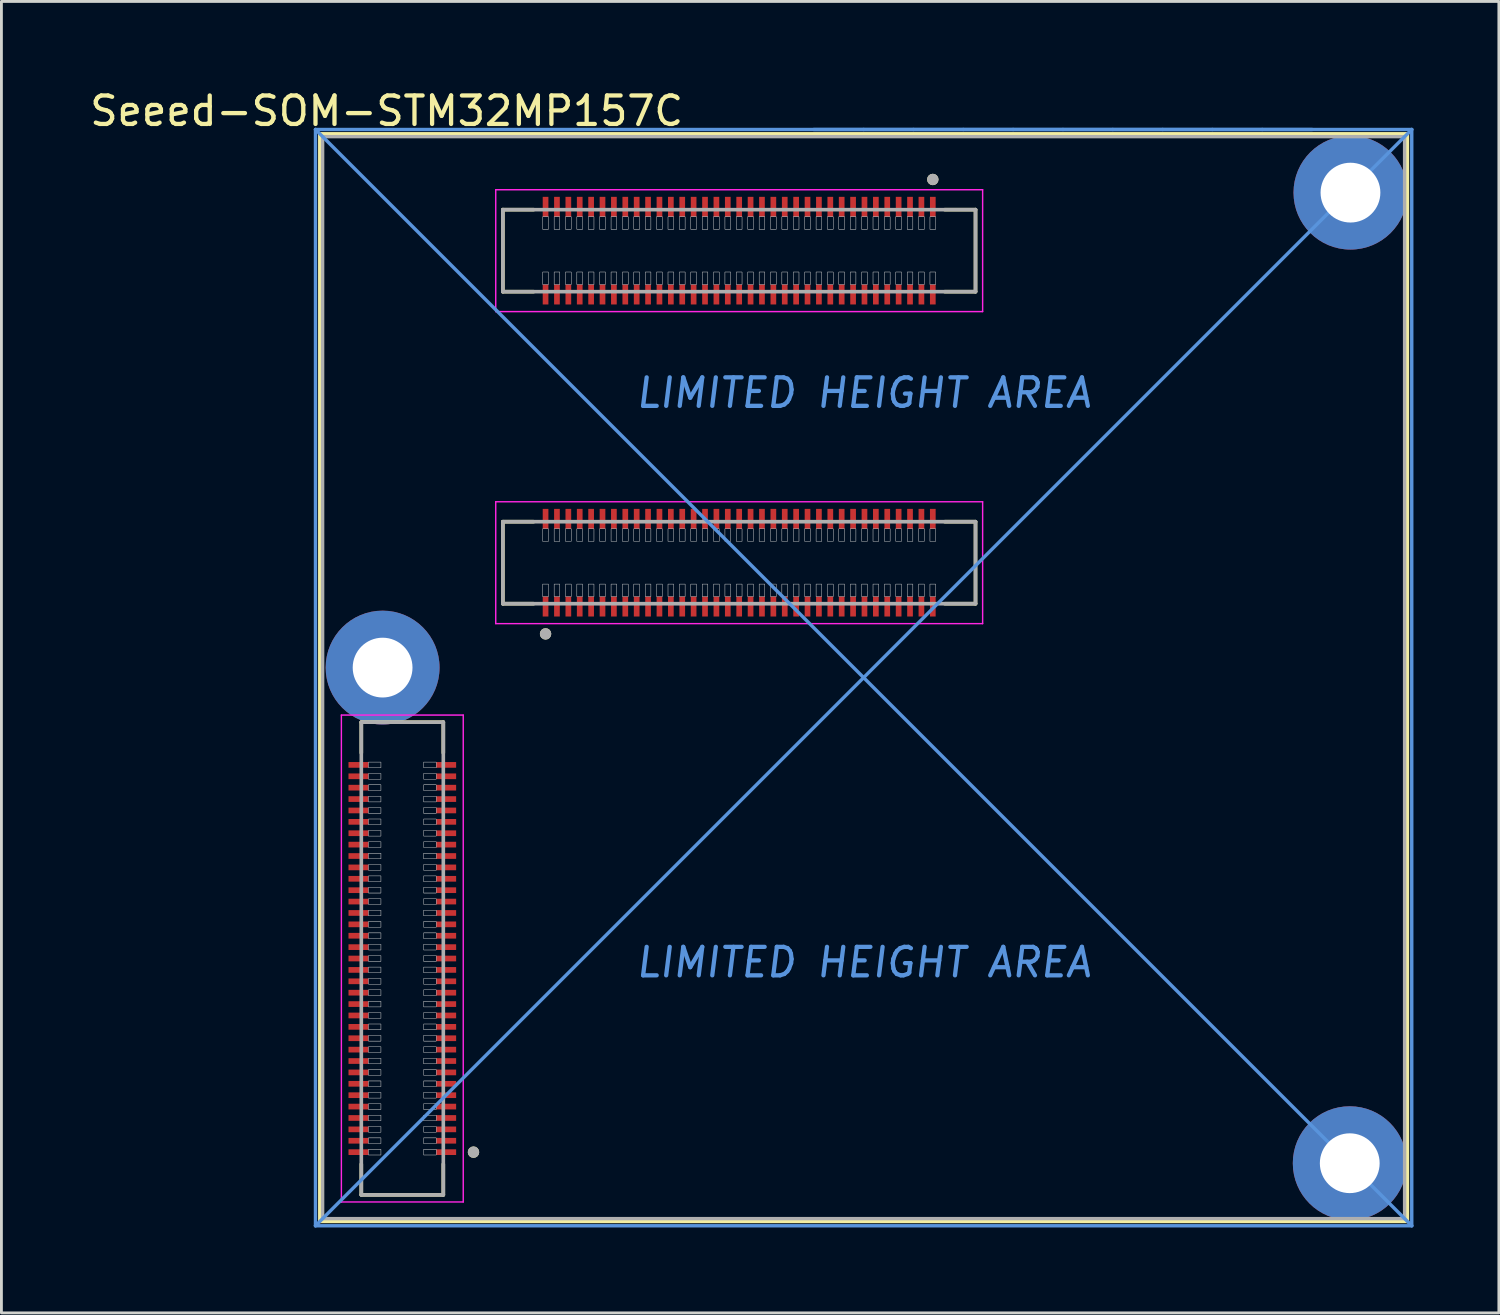
<source format=kicad_pcb>
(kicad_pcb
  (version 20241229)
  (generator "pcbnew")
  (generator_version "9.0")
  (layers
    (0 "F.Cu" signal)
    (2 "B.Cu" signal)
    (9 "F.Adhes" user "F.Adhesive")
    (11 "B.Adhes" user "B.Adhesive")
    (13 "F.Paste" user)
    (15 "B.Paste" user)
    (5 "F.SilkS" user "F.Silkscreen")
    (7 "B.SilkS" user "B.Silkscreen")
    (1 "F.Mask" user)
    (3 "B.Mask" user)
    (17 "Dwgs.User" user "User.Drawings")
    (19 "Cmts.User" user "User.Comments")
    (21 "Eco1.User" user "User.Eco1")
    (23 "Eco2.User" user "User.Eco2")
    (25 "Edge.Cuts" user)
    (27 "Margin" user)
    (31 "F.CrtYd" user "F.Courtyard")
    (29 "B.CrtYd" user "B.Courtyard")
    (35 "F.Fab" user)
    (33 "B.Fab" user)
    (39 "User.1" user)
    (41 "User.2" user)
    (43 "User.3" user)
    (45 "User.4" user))
  (footprint "Seeed-SOM-STM32MP157C"
    (layer "F.Cu")
    (at 27.28 20.748)
    (property "Reference" "Seeed-SOM-STM32MP157C" (at -16.75 -19.9 0) (layer "F.SilkS") (effects (font (size 1 1) (thickness 0.15))))
    (attr through_hole)
    (fp_line (start -19.1 -19.1) (end 19.1 -19.1) (stroke (width 0.12) (type solid)) (layer "F.SilkS"))
    (fp_line (start -19.1 19.1) (end -19.1 -19.1) (stroke (width 0.12) (type solid)) (layer "F.SilkS"))
    (fp_line (start -17.641 1.565) (end -17.641 2.645) (stroke (width 0.127) (type solid)) (layer "F.SilkS"))
    (fp_line (start -17.641 17.085) (end -17.641 18.165) (stroke (width 0.127) (type solid)) (layer "F.SilkS"))
    (fp_line (start -17.641 18.165) (end -14.761 18.165) (stroke (width 0.127) (type solid)) (layer "F.SilkS"))
    (fp_line (start -14.761 1.565) (end -17.641 1.565) (stroke (width 0.127) (type solid)) (layer "F.SilkS"))
    (fp_line (start -14.761 2.645) (end -14.761 1.565) (stroke (width 0.127) (type solid)) (layer "F.SilkS"))
    (fp_line (start -14.761 18.165) (end -14.761 17.085) (stroke (width 0.127) (type solid)) (layer "F.SilkS"))
    (fp_line (start -12.67 -16.435) (end -12.67 -13.555) (stroke (width 0.127) (type solid)) (layer "F.SilkS"))
    (fp_line (start -12.67 -13.555) (end -11.59 -13.555) (stroke (width 0.127) (type solid)) (layer "F.SilkS"))
    (fp_line (start -12.67 -5.476) (end -12.67 -2.596) (stroke (width 0.127) (type solid)) (layer "F.SilkS"))
    (fp_line (start -12.67 -2.596) (end -11.59 -2.596) (stroke (width 0.127) (type solid)) (layer "F.SilkS"))
    (fp_line (start -11.59 -16.435) (end -12.67 -16.435) (stroke (width 0.127) (type solid)) (layer "F.SilkS"))
    (fp_line (start -11.59 -5.476) (end -12.67 -5.476) (stroke (width 0.127) (type solid)) (layer "F.SilkS"))
    (fp_line (start 2.85 -13.555) (end 3.93 -13.555) (stroke (width 0.127) (type solid)) (layer "F.SilkS"))
    (fp_line (start 2.85 -2.596) (end 3.93 -2.596) (stroke (width 0.127) (type solid)) (layer "F.SilkS"))
    (fp_line (start 3.93 -16.435) (end 2.85 -16.435) (stroke (width 0.127) (type solid)) (layer "F.SilkS"))
    (fp_line (start 3.93 -13.555) (end 3.93 -16.435) (stroke (width 0.127) (type solid)) (layer "F.SilkS"))
    (fp_line (start 3.93 -5.476) (end 2.85 -5.476) (stroke (width 0.127) (type solid)) (layer "F.SilkS"))
    (fp_line (start 3.93 -2.596) (end 3.93 -5.476) (stroke (width 0.127) (type solid)) (layer "F.SilkS"))
    (fp_line (start 19.1 -19.1) (end 19.1 19.1) (stroke (width 0.12) (type solid)) (layer "F.SilkS"))
    (fp_line (start 19.1 19.1) (end -19.1 19.1) (stroke (width 0.12) (type solid)) (layer "F.SilkS"))
    (fp_circle (center -13.701 16.665) (end -13.701 16.565) (stroke (width 0.2) (type solid)) (fill no) (layer "F.SilkS"))
    (fp_circle (center -11.17 -1.536) (end -11.07 -1.536) (stroke (width 0.2) (type solid)) (fill no) (layer "F.SilkS"))
    (fp_circle (center 2.43 -17.495) (end 2.33 -17.495) (stroke (width 0.2) (type solid)) (fill no) (layer "F.SilkS"))
    (fp_poly (pts (xy -18.021 3.145) (xy -18.021 2.985) (xy -17.461 2.985) (xy -17.461 3.145)) (stroke (width 0.01) (type solid)) (fill yes) (layer "F.Paste"))
    (fp_poly (pts (xy -18.021 3.545) (xy -18.021 3.385) (xy -17.461 3.385) (xy -17.461 3.545)) (stroke (width 0.01) (type solid)) (fill yes) (layer "F.Paste"))
    (fp_poly (pts (xy -18.021 3.945) (xy -18.021 3.785) (xy -17.461 3.785) (xy -17.461 3.945)) (stroke (width 0.01) (type solid)) (fill yes) (layer "F.Paste"))
    (fp_poly (pts (xy -18.021 4.345) (xy -18.021 4.185) (xy -17.461 4.185) (xy -17.461 4.345)) (stroke (width 0.01) (type solid)) (fill yes) (layer "F.Paste"))
    (fp_poly (pts (xy -18.021 4.745) (xy -18.021 4.585) (xy -17.461 4.585) (xy -17.461 4.745)) (stroke (width 0.01) (type solid)) (fill yes) (layer "F.Paste"))
    (fp_poly (pts (xy -18.021 5.145) (xy -18.021 4.985) (xy -17.461 4.985) (xy -17.461 5.145)) (stroke (width 0.01) (type solid)) (fill yes) (layer "F.Paste"))
    (fp_poly (pts (xy -18.021 5.545) (xy -18.021 5.385) (xy -17.461 5.385) (xy -17.461 5.545)) (stroke (width 0.01) (type solid)) (fill yes) (layer "F.Paste"))
    (fp_poly (pts (xy -18.021 5.945) (xy -18.021 5.785) (xy -17.461 5.785) (xy -17.461 5.945)) (stroke (width 0.01) (type solid)) (fill yes) (layer "F.Paste"))
    (fp_poly (pts (xy -18.021 6.345) (xy -18.021 6.185) (xy -17.461 6.185) (xy -17.461 6.345)) (stroke (width 0.01) (type solid)) (fill yes) (layer "F.Paste"))
    (fp_poly (pts (xy -18.021 6.745) (xy -18.021 6.585) (xy -17.461 6.585) (xy -17.461 6.745)) (stroke (width 0.01) (type solid)) (fill yes) (layer "F.Paste"))
    (fp_poly (pts (xy -18.021 7.145) (xy -18.021 6.985) (xy -17.461 6.985) (xy -17.461 7.145)) (stroke (width 0.01) (type solid)) (fill yes) (layer "F.Paste"))
    (fp_poly (pts (xy -18.021 7.545) (xy -18.021 7.385) (xy -17.461 7.385) (xy -17.461 7.545)) (stroke (width 0.01) (type solid)) (fill yes) (layer "F.Paste"))
    (fp_poly (pts (xy -18.021 7.945) (xy -18.021 7.785) (xy -17.461 7.785) (xy -17.461 7.945)) (stroke (width 0.01) (type solid)) (fill yes) (layer "F.Paste"))
    (fp_poly (pts (xy -18.021 8.345) (xy -18.021 8.185) (xy -17.461 8.185) (xy -17.461 8.345)) (stroke (width 0.01) (type solid)) (fill yes) (layer "F.Paste"))
    (fp_poly (pts (xy -18.021 8.745) (xy -18.021 8.585) (xy -17.461 8.585) (xy -17.461 8.745)) (stroke (width 0.01) (type solid)) (fill yes) (layer "F.Paste"))
    (fp_poly (pts (xy -18.021 9.145) (xy -18.021 8.985) (xy -17.461 8.985) (xy -17.461 9.145)) (stroke (width 0.01) (type solid)) (fill yes) (layer "F.Paste"))
    (fp_poly (pts (xy -18.021 9.545) (xy -18.021 9.385) (xy -17.461 9.385) (xy -17.461 9.545)) (stroke (width 0.01) (type solid)) (fill yes) (layer "F.Paste"))
    (fp_poly (pts (xy -18.021 9.945) (xy -18.021 9.785) (xy -17.461 9.785) (xy -17.461 9.945)) (stroke (width 0.01) (type solid)) (fill yes) (layer "F.Paste"))
    (fp_poly (pts (xy -18.021 10.345) (xy -18.021 10.185) (xy -17.461 10.185) (xy -17.461 10.345)) (stroke (width 0.01) (type solid)) (fill yes) (layer "F.Paste"))
    (fp_poly (pts (xy -18.021 10.745) (xy -18.021 10.585) (xy -17.461 10.585) (xy -17.461 10.745)) (stroke (width 0.01) (type solid)) (fill yes) (layer "F.Paste"))
    (fp_poly (pts (xy -18.021 11.145) (xy -18.021 10.985) (xy -17.461 10.985) (xy -17.461 11.145)) (stroke (width 0.01) (type solid)) (fill yes) (layer "F.Paste"))
    (fp_poly (pts (xy -18.021 11.545) (xy -18.021 11.385) (xy -17.461 11.385) (xy -17.461 11.545)) (stroke (width 0.01) (type solid)) (fill yes) (layer "F.Paste"))
    (fp_poly (pts (xy -18.021 11.945) (xy -18.021 11.785) (xy -17.461 11.785) (xy -17.461 11.945)) (stroke (width 0.01) (type solid)) (fill yes) (layer "F.Paste"))
    (fp_poly (pts (xy -18.021 12.345) (xy -18.021 12.185) (xy -17.461 12.185) (xy -17.461 12.345)) (stroke (width 0.01) (type solid)) (fill yes) (layer "F.Paste"))
    (fp_poly (pts (xy -18.021 12.745) (xy -18.021 12.585) (xy -17.461 12.585) (xy -17.461 12.745)) (stroke (width 0.01) (type solid)) (fill yes) (layer "F.Paste"))
    (fp_poly (pts (xy -18.021 13.145) (xy -18.021 12.985) (xy -17.461 12.985) (xy -17.461 13.145)) (stroke (width 0.01) (type solid)) (fill yes) (layer "F.Paste"))
    (fp_poly (pts (xy -18.021 13.545) (xy -18.021 13.385) (xy -17.461 13.385) (xy -17.461 13.545)) (stroke (width 0.01) (type solid)) (fill yes) (layer "F.Paste"))
    (fp_poly (pts (xy -18.021 13.945) (xy -18.021 13.785) (xy -17.461 13.785) (xy -17.461 13.945)) (stroke (width 0.01) (type solid)) (fill yes) (layer "F.Paste"))
    (fp_poly (pts (xy -18.021 14.345) (xy -18.021 14.185) (xy -17.461 14.185) (xy -17.461 14.345)) (stroke (width 0.01) (type solid)) (fill yes) (layer "F.Paste"))
    (fp_poly (pts (xy -18.021 14.745) (xy -18.021 14.585) (xy -17.461 14.585) (xy -17.461 14.745)) (stroke (width 0.01) (type solid)) (fill yes) (layer "F.Paste"))
    (fp_poly (pts (xy -18.021 15.145) (xy -18.021 14.985) (xy -17.461 14.985) (xy -17.461 15.145)) (stroke (width 0.01) (type solid)) (fill yes) (layer "F.Paste"))
    (fp_poly (pts (xy -18.021 15.545) (xy -18.021 15.385) (xy -17.461 15.385) (xy -17.461 15.545)) (stroke (width 0.01) (type solid)) (fill yes) (layer "F.Paste"))
    (fp_poly (pts (xy -18.021 15.945) (xy -18.021 15.785) (xy -17.461 15.785) (xy -17.461 15.945)) (stroke (width 0.01) (type solid)) (fill yes) (layer "F.Paste"))
    (fp_poly (pts (xy -18.021 16.345) (xy -18.021 16.185) (xy -17.461 16.185) (xy -17.461 16.345)) (stroke (width 0.01) (type solid)) (fill yes) (layer "F.Paste"))
    (fp_poly (pts (xy -18.021 16.745) (xy -18.021 16.585) (xy -17.461 16.585) (xy -17.461 16.745)) (stroke (width 0.01) (type solid)) (fill yes) (layer "F.Paste"))
    (fp_poly (pts (xy -14.941 3.145) (xy -14.941 2.985) (xy -14.381 2.985) (xy -14.381 3.145)) (stroke (width 0.01) (type solid)) (fill yes) (layer "F.Paste"))
    (fp_poly (pts (xy -14.941 3.545) (xy -14.941 3.385) (xy -14.381 3.385) (xy -14.381 3.545)) (stroke (width 0.01) (type solid)) (fill yes) (layer "F.Paste"))
    (fp_poly (pts (xy -14.941 3.945) (xy -14.941 3.785) (xy -14.381 3.785) (xy -14.381 3.945)) (stroke (width 0.01) (type solid)) (fill yes) (layer "F.Paste"))
    (fp_poly (pts (xy -14.941 4.345) (xy -14.941 4.185) (xy -14.381 4.185) (xy -14.381 4.345)) (stroke (width 0.01) (type solid)) (fill yes) (layer "F.Paste"))
    (fp_poly (pts (xy -14.941 4.745) (xy -14.941 4.585) (xy -14.381 4.585) (xy -14.381 4.745)) (stroke (width 0.01) (type solid)) (fill yes) (layer "F.Paste"))
    (fp_poly (pts (xy -14.941 5.145) (xy -14.941 4.985) (xy -14.381 4.985) (xy -14.381 5.145)) (stroke (width 0.01) (type solid)) (fill yes) (layer "F.Paste"))
    (fp_poly (pts (xy -14.941 5.545) (xy -14.941 5.385) (xy -14.381 5.385) (xy -14.381 5.545)) (stroke (width 0.01) (type solid)) (fill yes) (layer "F.Paste"))
    (fp_poly (pts (xy -14.941 5.945) (xy -14.941 5.785) (xy -14.381 5.785) (xy -14.381 5.945)) (stroke (width 0.01) (type solid)) (fill yes) (layer "F.Paste"))
    (fp_poly (pts (xy -14.941 6.345) (xy -14.941 6.185) (xy -14.381 6.185) (xy -14.381 6.345)) (stroke (width 0.01) (type solid)) (fill yes) (layer "F.Paste"))
    (fp_poly (pts (xy -14.941 6.745) (xy -14.941 6.585) (xy -14.381 6.585) (xy -14.381 6.745)) (stroke (width 0.01) (type solid)) (fill yes) (layer "F.Paste"))
    (fp_poly (pts (xy -14.941 7.145) (xy -14.941 6.985) (xy -14.381 6.985) (xy -14.381 7.145)) (stroke (width 0.01) (type solid)) (fill yes) (layer "F.Paste"))
    (fp_poly (pts (xy -14.941 7.545) (xy -14.941 7.385) (xy -14.381 7.385) (xy -14.381 7.545)) (stroke (width 0.01) (type solid)) (fill yes) (layer "F.Paste"))
    (fp_poly (pts (xy -14.941 7.945) (xy -14.941 7.785) (xy -14.381 7.785) (xy -14.381 7.945)) (stroke (width 0.01) (type solid)) (fill yes) (layer "F.Paste"))
    (fp_poly (pts (xy -14.941 8.345) (xy -14.941 8.185) (xy -14.381 8.185) (xy -14.381 8.345)) (stroke (width 0.01) (type solid)) (fill yes) (layer "F.Paste"))
    (fp_poly (pts (xy -14.941 8.745) (xy -14.941 8.585) (xy -14.381 8.585) (xy -14.381 8.745)) (stroke (width 0.01) (type solid)) (fill yes) (layer "F.Paste"))
    (fp_poly (pts (xy -14.941 9.145) (xy -14.941 8.985) (xy -14.381 8.985) (xy -14.381 9.145)) (stroke (width 0.01) (type solid)) (fill yes) (layer "F.Paste"))
    (fp_poly (pts (xy -14.941 9.545) (xy -14.941 9.385) (xy -14.381 9.385) (xy -14.381 9.545)) (stroke (width 0.01) (type solid)) (fill yes) (layer "F.Paste"))
    (fp_poly (pts (xy -14.941 9.945) (xy -14.941 9.785) (xy -14.381 9.785) (xy -14.381 9.945)) (stroke (width 0.01) (type solid)) (fill yes) (layer "F.Paste"))
    (fp_poly (pts (xy -14.941 10.345) (xy -14.941 10.185) (xy -14.381 10.185) (xy -14.381 10.345)) (stroke (width 0.01) (type solid)) (fill yes) (layer "F.Paste"))
    (fp_poly (pts (xy -14.941 10.745) (xy -14.941 10.585) (xy -14.381 10.585) (xy -14.381 10.745)) (stroke (width 0.01) (type solid)) (fill yes) (layer "F.Paste"))
    (fp_poly (pts (xy -14.941 11.145) (xy -14.941 10.985) (xy -14.381 10.985) (xy -14.381 11.145)) (stroke (width 0.01) (type solid)) (fill yes) (layer "F.Paste"))
    (fp_poly (pts (xy -14.941 11.545) (xy -14.941 11.385) (xy -14.381 11.385) (xy -14.381 11.545)) (stroke (width 0.01) (type solid)) (fill yes) (layer "F.Paste"))
    (fp_poly (pts (xy -14.941 11.945) (xy -14.941 11.785) (xy -14.381 11.785) (xy -14.381 11.945)) (stroke (width 0.01) (type solid)) (fill yes) (layer "F.Paste"))
    (fp_poly (pts (xy -14.941 12.345) (xy -14.941 12.185) (xy -14.381 12.185) (xy -14.381 12.345)) (stroke (width 0.01) (type solid)) (fill yes) (layer "F.Paste"))
    (fp_poly (pts (xy -14.941 12.745) (xy -14.941 12.585) (xy -14.381 12.585) (xy -14.381 12.745)) (stroke (width 0.01) (type solid)) (fill yes) (layer "F.Paste"))
    (fp_poly (pts (xy -14.941 13.145) (xy -14.941 12.985) (xy -14.381 12.985) (xy -14.381 13.145)) (stroke (width 0.01) (type solid)) (fill yes) (layer "F.Paste"))
    (fp_poly (pts (xy -14.941 13.545) (xy -14.941 13.385) (xy -14.381 13.385) (xy -14.381 13.545)) (stroke (width 0.01) (type solid)) (fill yes) (layer "F.Paste"))
    (fp_poly (pts (xy -14.941 13.945) (xy -14.941 13.785) (xy -14.381 13.785) (xy -14.381 13.945)) (stroke (width 0.01) (type solid)) (fill yes) (layer "F.Paste"))
    (fp_poly (pts (xy -14.941 14.345) (xy -14.941 14.185) (xy -14.381 14.185) (xy -14.381 14.345)) (stroke (width 0.01) (type solid)) (fill yes) (layer "F.Paste"))
    (fp_poly (pts (xy -14.941 14.745) (xy -14.941 14.585) (xy -14.381 14.585) (xy -14.381 14.745)) (stroke (width 0.01) (type solid)) (fill yes) (layer "F.Paste"))
    (fp_poly (pts (xy -14.941 15.145) (xy -14.941 14.985) (xy -14.381 14.985) (xy -14.381 15.145)) (stroke (width 0.01) (type solid)) (fill yes) (layer "F.Paste"))
    (fp_poly (pts (xy -14.941 15.545) (xy -14.941 15.385) (xy -14.381 15.385) (xy -14.381 15.545)) (stroke (width 0.01) (type solid)) (fill yes) (layer "F.Paste"))
    (fp_poly (pts (xy -14.941 15.945) (xy -14.941 15.785) (xy -14.381 15.785) (xy -14.381 15.945)) (stroke (width 0.01) (type solid)) (fill yes) (layer "F.Paste"))
    (fp_poly (pts (xy -14.941 16.345) (xy -14.941 16.185) (xy -14.381 16.185) (xy -14.381 16.345)) (stroke (width 0.01) (type solid)) (fill yes) (layer "F.Paste"))
    (fp_poly (pts (xy -14.941 16.745) (xy -14.941 16.585) (xy -14.381 16.585) (xy -14.381 16.745)) (stroke (width 0.01) (type solid)) (fill yes) (layer "F.Paste"))
    (fp_poly (pts (xy -11.25 -5.856) (xy -11.09 -5.856) (xy -11.09 -5.296) (xy -11.25 -5.296)) (stroke (width 0.01) (type solid)) (fill yes) (layer "F.Paste"))
    (fp_poly (pts (xy -11.25 -2.776) (xy -11.09 -2.776) (xy -11.09 -2.216) (xy -11.25 -2.216)) (stroke (width 0.01) (type solid)) (fill yes) (layer "F.Paste"))
    (fp_poly (pts (xy -11.09 -16.255) (xy -11.25 -16.255) (xy -11.25 -16.815) (xy -11.09 -16.815)) (stroke (width 0.01) (type solid)) (fill yes) (layer "F.Paste"))
    (fp_poly (pts (xy -11.09 -13.175) (xy -11.25 -13.175) (xy -11.25 -13.735) (xy -11.09 -13.735)) (stroke (width 0.01) (type solid)) (fill yes) (layer "F.Paste"))
    (fp_poly (pts (xy -10.85 -5.856) (xy -10.69 -5.856) (xy -10.69 -5.296) (xy -10.85 -5.296)) (stroke (width 0.01) (type solid)) (fill yes) (layer "F.Paste"))
    (fp_poly (pts (xy -10.85 -2.776) (xy -10.69 -2.776) (xy -10.69 -2.216) (xy -10.85 -2.216)) (stroke (width 0.01) (type solid)) (fill yes) (layer "F.Paste"))
    (fp_poly (pts (xy -10.69 -16.255) (xy -10.85 -16.255) (xy -10.85 -16.815) (xy -10.69 -16.815)) (stroke (width 0.01) (type solid)) (fill yes) (layer "F.Paste"))
    (fp_poly (pts (xy -10.69 -13.175) (xy -10.85 -13.175) (xy -10.85 -13.735) (xy -10.69 -13.735)) (stroke (width 0.01) (type solid)) (fill yes) (layer "F.Paste"))
    (fp_poly (pts (xy -10.45 -5.856) (xy -10.29 -5.856) (xy -10.29 -5.296) (xy -10.45 -5.296)) (stroke (width 0.01) (type solid)) (fill yes) (layer "F.Paste"))
    (fp_poly (pts (xy -10.45 -2.776) (xy -10.29 -2.776) (xy -10.29 -2.216) (xy -10.45 -2.216)) (stroke (width 0.01) (type solid)) (fill yes) (layer "F.Paste"))
    (fp_poly (pts (xy -10.29 -16.255) (xy -10.45 -16.255) (xy -10.45 -16.815) (xy -10.29 -16.815)) (stroke (width 0.01) (type solid)) (fill yes) (layer "F.Paste"))
    (fp_poly (pts (xy -10.29 -13.175) (xy -10.45 -13.175) (xy -10.45 -13.735) (xy -10.29 -13.735)) (stroke (width 0.01) (type solid)) (fill yes) (layer "F.Paste"))
    (fp_poly (pts (xy -10.05 -5.856) (xy -9.89 -5.856) (xy -9.89 -5.296) (xy -10.05 -5.296)) (stroke (width 0.01) (type solid)) (fill yes) (layer "F.Paste"))
    (fp_poly (pts (xy -10.05 -2.776) (xy -9.89 -2.776) (xy -9.89 -2.216) (xy -10.05 -2.216)) (stroke (width 0.01) (type solid)) (fill yes) (layer "F.Paste"))
    (fp_poly (pts (xy -9.89 -16.255) (xy -10.05 -16.255) (xy -10.05 -16.815) (xy -9.89 -16.815)) (stroke (width 0.01) (type solid)) (fill yes) (layer "F.Paste"))
    (fp_poly (pts (xy -9.89 -13.175) (xy -10.05 -13.175) (xy -10.05 -13.735) (xy -9.89 -13.735)) (stroke (width 0.01) (type solid)) (fill yes) (layer "F.Paste"))
    (fp_poly (pts (xy -9.65 -5.856) (xy -9.49 -5.856) (xy -9.49 -5.296) (xy -9.65 -5.296)) (stroke (width 0.01) (type solid)) (fill yes) (layer "F.Paste"))
    (fp_poly (pts (xy -9.65 -2.776) (xy -9.49 -2.776) (xy -9.49 -2.216) (xy -9.65 -2.216)) (stroke (width 0.01) (type solid)) (fill yes) (layer "F.Paste"))
    (fp_poly (pts (xy -9.49 -16.255) (xy -9.65 -16.255) (xy -9.65 -16.815) (xy -9.49 -16.815)) (stroke (width 0.01) (type solid)) (fill yes) (layer "F.Paste"))
    (fp_poly (pts (xy -9.49 -13.175) (xy -9.65 -13.175) (xy -9.65 -13.735) (xy -9.49 -13.735)) (stroke (width 0.01) (type solid)) (fill yes) (layer "F.Paste"))
    (fp_poly (pts (xy -9.25 -5.856) (xy -9.09 -5.856) (xy -9.09 -5.296) (xy -9.25 -5.296)) (stroke (width 0.01) (type solid)) (fill yes) (layer "F.Paste"))
    (fp_poly (pts (xy -9.25 -2.776) (xy -9.09 -2.776) (xy -9.09 -2.216) (xy -9.25 -2.216)) (stroke (width 0.01) (type solid)) (fill yes) (layer "F.Paste"))
    (fp_poly (pts (xy -9.09 -16.255) (xy -9.25 -16.255) (xy -9.25 -16.815) (xy -9.09 -16.815)) (stroke (width 0.01) (type solid)) (fill yes) (layer "F.Paste"))
    (fp_poly (pts (xy -9.09 -13.175) (xy -9.25 -13.175) (xy -9.25 -13.735) (xy -9.09 -13.735)) (stroke (width 0.01) (type solid)) (fill yes) (layer "F.Paste"))
    (fp_poly (pts (xy -8.85 -5.856) (xy -8.69 -5.856) (xy -8.69 -5.296) (xy -8.85 -5.296)) (stroke (width 0.01) (type solid)) (fill yes) (layer "F.Paste"))
    (fp_poly (pts (xy -8.85 -2.776) (xy -8.69 -2.776) (xy -8.69 -2.216) (xy -8.85 -2.216)) (stroke (width 0.01) (type solid)) (fill yes) (layer "F.Paste"))
    (fp_poly (pts (xy -8.69 -16.255) (xy -8.85 -16.255) (xy -8.85 -16.815) (xy -8.69 -16.815)) (stroke (width 0.01) (type solid)) (fill yes) (layer "F.Paste"))
    (fp_poly (pts (xy -8.69 -13.175) (xy -8.85 -13.175) (xy -8.85 -13.735) (xy -8.69 -13.735)) (stroke (width 0.01) (type solid)) (fill yes) (layer "F.Paste"))
    (fp_poly (pts (xy -8.45 -5.856) (xy -8.29 -5.856) (xy -8.29 -5.296) (xy -8.45 -5.296)) (stroke (width 0.01) (type solid)) (fill yes) (layer "F.Paste"))
    (fp_poly (pts (xy -8.45 -2.776) (xy -8.29 -2.776) (xy -8.29 -2.216) (xy -8.45 -2.216)) (stroke (width 0.01) (type solid)) (fill yes) (layer "F.Paste"))
    (fp_poly (pts (xy -8.29 -16.255) (xy -8.45 -16.255) (xy -8.45 -16.815) (xy -8.29 -16.815)) (stroke (width 0.01) (type solid)) (fill yes) (layer "F.Paste"))
    (fp_poly (pts (xy -8.29 -13.175) (xy -8.45 -13.175) (xy -8.45 -13.735) (xy -8.29 -13.735)) (stroke (width 0.01) (type solid)) (fill yes) (layer "F.Paste"))
    (fp_poly (pts (xy -8.05 -5.856) (xy -7.89 -5.856) (xy -7.89 -5.296) (xy -8.05 -5.296)) (stroke (width 0.01) (type solid)) (fill yes) (layer "F.Paste"))
    (fp_poly (pts (xy -8.05 -2.776) (xy -7.89 -2.776) (xy -7.89 -2.216) (xy -8.05 -2.216)) (stroke (width 0.01) (type solid)) (fill yes) (layer "F.Paste"))
    (fp_poly (pts (xy -7.89 -16.255) (xy -8.05 -16.255) (xy -8.05 -16.815) (xy -7.89 -16.815)) (stroke (width 0.01) (type solid)) (fill yes) (layer "F.Paste"))
    (fp_poly (pts (xy -7.89 -13.175) (xy -8.05 -13.175) (xy -8.05 -13.735) (xy -7.89 -13.735)) (stroke (width 0.01) (type solid)) (fill yes) (layer "F.Paste"))
    (fp_poly (pts (xy -7.65 -5.856) (xy -7.49 -5.856) (xy -7.49 -5.296) (xy -7.65 -5.296)) (stroke (width 0.01) (type solid)) (fill yes) (layer "F.Paste"))
    (fp_poly (pts (xy -7.65 -2.776) (xy -7.49 -2.776) (xy -7.49 -2.216) (xy -7.65 -2.216)) (stroke (width 0.01) (type solid)) (fill yes) (layer "F.Paste"))
    (fp_poly (pts (xy -7.49 -16.255) (xy -7.65 -16.255) (xy -7.65 -16.815) (xy -7.49 -16.815)) (stroke (width 0.01) (type solid)) (fill yes) (layer "F.Paste"))
    (fp_poly (pts (xy -7.49 -13.175) (xy -7.65 -13.175) (xy -7.65 -13.735) (xy -7.49 -13.735)) (stroke (width 0.01) (type solid)) (fill yes) (layer "F.Paste"))
    (fp_poly (pts (xy -7.25 -5.856) (xy -7.09 -5.856) (xy -7.09 -5.296) (xy -7.25 -5.296)) (stroke (width 0.01) (type solid)) (fill yes) (layer "F.Paste"))
    (fp_poly (pts (xy -7.25 -2.776) (xy -7.09 -2.776) (xy -7.09 -2.216) (xy -7.25 -2.216)) (stroke (width 0.01) (type solid)) (fill yes) (layer "F.Paste"))
    (fp_poly (pts (xy -7.09 -16.255) (xy -7.25 -16.255) (xy -7.25 -16.815) (xy -7.09 -16.815)) (stroke (width 0.01) (type solid)) (fill yes) (layer "F.Paste"))
    (fp_poly (pts (xy -7.09 -13.175) (xy -7.25 -13.175) (xy -7.25 -13.735) (xy -7.09 -13.735)) (stroke (width 0.01) (type solid)) (fill yes) (layer "F.Paste"))
    (fp_poly (pts (xy -6.85 -5.856) (xy -6.69 -5.856) (xy -6.69 -5.296) (xy -6.85 -5.296)) (stroke (width 0.01) (type solid)) (fill yes) (layer "F.Paste"))
    (fp_poly (pts (xy -6.85 -2.776) (xy -6.69 -2.776) (xy -6.69 -2.216) (xy -6.85 -2.216)) (stroke (width 0.01) (type solid)) (fill yes) (layer "F.Paste"))
    (fp_poly (pts (xy -6.69 -16.255) (xy -6.85 -16.255) (xy -6.85 -16.815) (xy -6.69 -16.815)) (stroke (width 0.01) (type solid)) (fill yes) (layer "F.Paste"))
    (fp_poly (pts (xy -6.69 -13.175) (xy -6.85 -13.175) (xy -6.85 -13.735) (xy -6.69 -13.735)) (stroke (width 0.01) (type solid)) (fill yes) (layer "F.Paste"))
    (fp_poly (pts (xy -6.45 -5.856) (xy -6.29 -5.856) (xy -6.29 -5.296) (xy -6.45 -5.296)) (stroke (width 0.01) (type solid)) (fill yes) (layer "F.Paste"))
    (fp_poly (pts (xy -6.45 -2.776) (xy -6.29 -2.776) (xy -6.29 -2.216) (xy -6.45 -2.216)) (stroke (width 0.01) (type solid)) (fill yes) (layer "F.Paste"))
    (fp_poly (pts (xy -6.29 -16.255) (xy -6.45 -16.255) (xy -6.45 -16.815) (xy -6.29 -16.815)) (stroke (width 0.01) (type solid)) (fill yes) (layer "F.Paste"))
    (fp_poly (pts (xy -6.29 -13.175) (xy -6.45 -13.175) (xy -6.45 -13.735) (xy -6.29 -13.735)) (stroke (width 0.01) (type solid)) (fill yes) (layer "F.Paste"))
    (fp_poly (pts (xy -6.05 -5.856) (xy -5.89 -5.856) (xy -5.89 -5.296) (xy -6.05 -5.296)) (stroke (width 0.01) (type solid)) (fill yes) (layer "F.Paste"))
    (fp_poly (pts (xy -6.05 -2.776) (xy -5.89 -2.776) (xy -5.89 -2.216) (xy -6.05 -2.216)) (stroke (width 0.01) (type solid)) (fill yes) (layer "F.Paste"))
    (fp_poly (pts (xy -5.89 -16.255) (xy -6.05 -16.255) (xy -6.05 -16.815) (xy -5.89 -16.815)) (stroke (width 0.01) (type solid)) (fill yes) (layer "F.Paste"))
    (fp_poly (pts (xy -5.89 -13.175) (xy -6.05 -13.175) (xy -6.05 -13.735) (xy -5.89 -13.735)) (stroke (width 0.01) (type solid)) (fill yes) (layer "F.Paste"))
    (fp_poly (pts (xy -5.65 -5.856) (xy -5.49 -5.856) (xy -5.49 -5.296) (xy -5.65 -5.296)) (stroke (width 0.01) (type solid)) (fill yes) (layer "F.Paste"))
    (fp_poly (pts (xy -5.65 -2.776) (xy -5.49 -2.776) (xy -5.49 -2.216) (xy -5.65 -2.216)) (stroke (width 0.01) (type solid)) (fill yes) (layer "F.Paste"))
    (fp_poly (pts (xy -5.49 -16.255) (xy -5.65 -16.255) (xy -5.65 -16.815) (xy -5.49 -16.815)) (stroke (width 0.01) (type solid)) (fill yes) (layer "F.Paste"))
    (fp_poly (pts (xy -5.49 -13.175) (xy -5.65 -13.175) (xy -5.65 -13.735) (xy -5.49 -13.735)) (stroke (width 0.01) (type solid)) (fill yes) (layer "F.Paste"))
    (fp_poly (pts (xy -5.25 -5.856) (xy -5.09 -5.856) (xy -5.09 -5.296) (xy -5.25 -5.296)) (stroke (width 0.01) (type solid)) (fill yes) (layer "F.Paste"))
    (fp_poly (pts (xy -5.25 -2.776) (xy -5.09 -2.776) (xy -5.09 -2.216) (xy -5.25 -2.216)) (stroke (width 0.01) (type solid)) (fill yes) (layer "F.Paste"))
    (fp_poly (pts (xy -5.09 -16.255) (xy -5.25 -16.255) (xy -5.25 -16.815) (xy -5.09 -16.815)) (stroke (width 0.01) (type solid)) (fill yes) (layer "F.Paste"))
    (fp_poly (pts (xy -5.09 -13.175) (xy -5.25 -13.175) (xy -5.25 -13.735) (xy -5.09 -13.735)) (stroke (width 0.01) (type solid)) (fill yes) (layer "F.Paste"))
    (fp_poly (pts (xy -4.85 -5.856) (xy -4.69 -5.856) (xy -4.69 -5.296) (xy -4.85 -5.296)) (stroke (width 0.01) (type solid)) (fill yes) (layer "F.Paste"))
    (fp_poly (pts (xy -4.85 -2.776) (xy -4.69 -2.776) (xy -4.69 -2.216) (xy -4.85 -2.216)) (stroke (width 0.01) (type solid)) (fill yes) (layer "F.Paste"))
    (fp_poly (pts (xy -4.69 -16.255) (xy -4.85 -16.255) (xy -4.85 -16.815) (xy -4.69 -16.815)) (stroke (width 0.01) (type solid)) (fill yes) (layer "F.Paste"))
    (fp_poly (pts (xy -4.69 -13.175) (xy -4.85 -13.175) (xy -4.85 -13.735) (xy -4.69 -13.735)) (stroke (width 0.01) (type solid)) (fill yes) (layer "F.Paste"))
    (fp_poly (pts (xy -4.45 -5.856) (xy -4.29 -5.856) (xy -4.29 -5.296) (xy -4.45 -5.296)) (stroke (width 0.01) (type solid)) (fill yes) (layer "F.Paste"))
    (fp_poly (pts (xy -4.45 -2.776) (xy -4.29 -2.776) (xy -4.29 -2.216) (xy -4.45 -2.216)) (stroke (width 0.01) (type solid)) (fill yes) (layer "F.Paste"))
    (fp_poly (pts (xy -4.29 -16.255) (xy -4.45 -16.255) (xy -4.45 -16.815) (xy -4.29 -16.815)) (stroke (width 0.01) (type solid)) (fill yes) (layer "F.Paste"))
    (fp_poly (pts (xy -4.29 -13.175) (xy -4.45 -13.175) (xy -4.45 -13.735) (xy -4.29 -13.735)) (stroke (width 0.01) (type solid)) (fill yes) (layer "F.Paste"))
    (fp_poly (pts (xy -4.05 -5.856) (xy -3.89 -5.856) (xy -3.89 -5.296) (xy -4.05 -5.296)) (stroke (width 0.01) (type solid)) (fill yes) (layer "F.Paste"))
    (fp_poly (pts (xy -4.05 -2.776) (xy -3.89 -2.776) (xy -3.89 -2.216) (xy -4.05 -2.216)) (stroke (width 0.01) (type solid)) (fill yes) (layer "F.Paste"))
    (fp_poly (pts (xy -3.89 -16.255) (xy -4.05 -16.255) (xy -4.05 -16.815) (xy -3.89 -16.815)) (stroke (width 0.01) (type solid)) (fill yes) (layer "F.Paste"))
    (fp_poly (pts (xy -3.89 -13.175) (xy -4.05 -13.175) (xy -4.05 -13.735) (xy -3.89 -13.735)) (stroke (width 0.01) (type solid)) (fill yes) (layer "F.Paste"))
    (fp_poly (pts (xy -3.65 -5.856) (xy -3.49 -5.856) (xy -3.49 -5.296) (xy -3.65 -5.296)) (stroke (width 0.01) (type solid)) (fill yes) (layer "F.Paste"))
    (fp_poly (pts (xy -3.65 -2.776) (xy -3.49 -2.776) (xy -3.49 -2.216) (xy -3.65 -2.216)) (stroke (width 0.01) (type solid)) (fill yes) (layer "F.Paste"))
    (fp_poly (pts (xy -3.49 -16.255) (xy -3.65 -16.255) (xy -3.65 -16.815) (xy -3.49 -16.815)) (stroke (width 0.01) (type solid)) (fill yes) (layer "F.Paste"))
    (fp_poly (pts (xy -3.49 -13.175) (xy -3.65 -13.175) (xy -3.65 -13.735) (xy -3.49 -13.735)) (stroke (width 0.01) (type solid)) (fill yes) (layer "F.Paste"))
    (fp_poly (pts (xy -3.25 -5.856) (xy -3.09 -5.856) (xy -3.09 -5.296) (xy -3.25 -5.296)) (stroke (width 0.01) (type solid)) (fill yes) (layer "F.Paste"))
    (fp_poly (pts (xy -3.25 -2.776) (xy -3.09 -2.776) (xy -3.09 -2.216) (xy -3.25 -2.216)) (stroke (width 0.01) (type solid)) (fill yes) (layer "F.Paste"))
    (fp_poly (pts (xy -3.09 -16.255) (xy -3.25 -16.255) (xy -3.25 -16.815) (xy -3.09 -16.815)) (stroke (width 0.01) (type solid)) (fill yes) (layer "F.Paste"))
    (fp_poly (pts (xy -3.09 -13.175) (xy -3.25 -13.175) (xy -3.25 -13.735) (xy -3.09 -13.735)) (stroke (width 0.01) (type solid)) (fill yes) (layer "F.Paste"))
    (fp_poly (pts (xy -2.85 -5.856) (xy -2.69 -5.856) (xy -2.69 -5.296) (xy -2.85 -5.296)) (stroke (width 0.01) (type solid)) (fill yes) (layer "F.Paste"))
    (fp_poly (pts (xy -2.85 -2.776) (xy -2.69 -2.776) (xy -2.69 -2.216) (xy -2.85 -2.216)) (stroke (width 0.01) (type solid)) (fill yes) (layer "F.Paste"))
    (fp_poly (pts (xy -2.69 -16.255) (xy -2.85 -16.255) (xy -2.85 -16.815) (xy -2.69 -16.815)) (stroke (width 0.01) (type solid)) (fill yes) (layer "F.Paste"))
    (fp_poly (pts (xy -2.69 -13.175) (xy -2.85 -13.175) (xy -2.85 -13.735) (xy -2.69 -13.735)) (stroke (width 0.01) (type solid)) (fill yes) (layer "F.Paste"))
    (fp_poly (pts (xy -2.45 -5.856) (xy -2.29 -5.856) (xy -2.29 -5.296) (xy -2.45 -5.296)) (stroke (width 0.01) (type solid)) (fill yes) (layer "F.Paste"))
    (fp_poly (pts (xy -2.45 -2.776) (xy -2.29 -2.776) (xy -2.29 -2.216) (xy -2.45 -2.216)) (stroke (width 0.01) (type solid)) (fill yes) (layer "F.Paste"))
    (fp_poly (pts (xy -2.29 -16.255) (xy -2.45 -16.255) (xy -2.45 -16.815) (xy -2.29 -16.815)) (stroke (width 0.01) (type solid)) (fill yes) (layer "F.Paste"))
    (fp_poly (pts (xy -2.29 -13.175) (xy -2.45 -13.175) (xy -2.45 -13.735) (xy -2.29 -13.735)) (stroke (width 0.01) (type solid)) (fill yes) (layer "F.Paste"))
    (fp_poly (pts (xy -2.05 -5.856) (xy -1.89 -5.856) (xy -1.89 -5.296) (xy -2.05 -5.296)) (stroke (width 0.01) (type solid)) (fill yes) (layer "F.Paste"))
    (fp_poly (pts (xy -2.05 -2.776) (xy -1.89 -2.776) (xy -1.89 -2.216) (xy -2.05 -2.216)) (stroke (width 0.01) (type solid)) (fill yes) (layer "F.Paste"))
    (fp_poly (pts (xy -1.89 -16.255) (xy -2.05 -16.255) (xy -2.05 -16.815) (xy -1.89 -16.815)) (stroke (width 0.01) (type solid)) (fill yes) (layer "F.Paste"))
    (fp_poly (pts (xy -1.89 -13.175) (xy -2.05 -13.175) (xy -2.05 -13.735) (xy -1.89 -13.735)) (stroke (width 0.01) (type solid)) (fill yes) (layer "F.Paste"))
    (fp_poly (pts (xy -1.65 -5.856) (xy -1.49 -5.856) (xy -1.49 -5.296) (xy -1.65 -5.296)) (stroke (width 0.01) (type solid)) (fill yes) (layer "F.Paste"))
    (fp_poly (pts (xy -1.65 -2.776) (xy -1.49 -2.776) (xy -1.49 -2.216) (xy -1.65 -2.216)) (stroke (width 0.01) (type solid)) (fill yes) (layer "F.Paste"))
    (fp_poly (pts (xy -1.49 -16.255) (xy -1.65 -16.255) (xy -1.65 -16.815) (xy -1.49 -16.815)) (stroke (width 0.01) (type solid)) (fill yes) (layer "F.Paste"))
    (fp_poly (pts (xy -1.49 -13.175) (xy -1.65 -13.175) (xy -1.65 -13.735) (xy -1.49 -13.735)) (stroke (width 0.01) (type solid)) (fill yes) (layer "F.Paste"))
    (fp_poly (pts (xy -1.25 -5.856) (xy -1.09 -5.856) (xy -1.09 -5.296) (xy -1.25 -5.296)) (stroke (width 0.01) (type solid)) (fill yes) (layer "F.Paste"))
    (fp_poly (pts (xy -1.25 -2.776) (xy -1.09 -2.776) (xy -1.09 -2.216) (xy -1.25 -2.216)) (stroke (width 0.01) (type solid)) (fill yes) (layer "F.Paste"))
    (fp_poly (pts (xy -1.09 -16.255) (xy -1.25 -16.255) (xy -1.25 -16.815) (xy -1.09 -16.815)) (stroke (width 0.01) (type solid)) (fill yes) (layer "F.Paste"))
    (fp_poly (pts (xy -1.09 -13.175) (xy -1.25 -13.175) (xy -1.25 -13.735) (xy -1.09 -13.735)) (stroke (width 0.01) (type solid)) (fill yes) (layer "F.Paste"))
    (fp_poly (pts (xy -0.85 -5.856) (xy -0.69 -5.856) (xy -0.69 -5.296) (xy -0.85 -5.296)) (stroke (width 0.01) (type solid)) (fill yes) (layer "F.Paste"))
    (fp_poly (pts (xy -0.85 -2.776) (xy -0.69 -2.776) (xy -0.69 -2.216) (xy -0.85 -2.216)) (stroke (width 0.01) (type solid)) (fill yes) (layer "F.Paste"))
    (fp_poly (pts (xy -0.69 -16.255) (xy -0.85 -16.255) (xy -0.85 -16.815) (xy -0.69 -16.815)) (stroke (width 0.01) (type solid)) (fill yes) (layer "F.Paste"))
    (fp_poly (pts (xy -0.69 -13.175) (xy -0.85 -13.175) (xy -0.85 -13.735) (xy -0.69 -13.735)) (stroke (width 0.01) (type solid)) (fill yes) (layer "F.Paste"))
    (fp_poly (pts (xy -0.45 -5.856) (xy -0.29 -5.856) (xy -0.29 -5.296) (xy -0.45 -5.296)) (stroke (width 0.01) (type solid)) (fill yes) (layer "F.Paste"))
    (fp_poly (pts (xy -0.45 -2.776) (xy -0.29 -2.776) (xy -0.29 -2.216) (xy -0.45 -2.216)) (stroke (width 0.01) (type solid)) (fill yes) (layer "F.Paste"))
    (fp_poly (pts (xy -0.29 -16.255) (xy -0.45 -16.255) (xy -0.45 -16.815) (xy -0.29 -16.815)) (stroke (width 0.01) (type solid)) (fill yes) (layer "F.Paste"))
    (fp_poly (pts (xy -0.29 -13.175) (xy -0.45 -13.175) (xy -0.45 -13.735) (xy -0.29 -13.735)) (stroke (width 0.01) (type solid)) (fill yes) (layer "F.Paste"))
    (fp_poly (pts (xy -0.05 -5.856) (xy 0.11 -5.856) (xy 0.11 -5.296) (xy -0.05 -5.296)) (stroke (width 0.01) (type solid)) (fill yes) (layer "F.Paste"))
    (fp_poly (pts (xy -0.05 -2.776) (xy 0.11 -2.776) (xy 0.11 -2.216) (xy -0.05 -2.216)) (stroke (width 0.01) (type solid)) (fill yes) (layer "F.Paste"))
    (fp_poly (pts (xy 0.11 -16.255) (xy -0.05 -16.255) (xy -0.05 -16.815) (xy 0.11 -16.815)) (stroke (width 0.01) (type solid)) (fill yes) (layer "F.Paste"))
    (fp_poly (pts (xy 0.11 -13.175) (xy -0.05 -13.175) (xy -0.05 -13.735) (xy 0.11 -13.735)) (stroke (width 0.01) (type solid)) (fill yes) (layer "F.Paste"))
    (fp_poly (pts (xy 0.35 -5.856) (xy 0.51 -5.856) (xy 0.51 -5.296) (xy 0.35 -5.296)) (stroke (width 0.01) (type solid)) (fill yes) (layer "F.Paste"))
    (fp_poly (pts (xy 0.35 -2.776) (xy 0.51 -2.776) (xy 0.51 -2.216) (xy 0.35 -2.216)) (stroke (width 0.01) (type solid)) (fill yes) (layer "F.Paste"))
    (fp_poly (pts (xy 0.51 -16.255) (xy 0.35 -16.255) (xy 0.35 -16.815) (xy 0.51 -16.815)) (stroke (width 0.01) (type solid)) (fill yes) (layer "F.Paste"))
    (fp_poly (pts (xy 0.51 -13.175) (xy 0.35 -13.175) (xy 0.35 -13.735) (xy 0.51 -13.735)) (stroke (width 0.01) (type solid)) (fill yes) (layer "F.Paste"))
    (fp_poly (pts (xy 0.75 -5.856) (xy 0.91 -5.856) (xy 0.91 -5.296) (xy 0.75 -5.296)) (stroke (width 0.01) (type solid)) (fill yes) (layer "F.Paste"))
    (fp_poly (pts (xy 0.75 -2.776) (xy 0.91 -2.776) (xy 0.91 -2.216) (xy 0.75 -2.216)) (stroke (width 0.01) (type solid)) (fill yes) (layer "F.Paste"))
    (fp_poly (pts (xy 0.91 -16.255) (xy 0.75 -16.255) (xy 0.75 -16.815) (xy 0.91 -16.815)) (stroke (width 0.01) (type solid)) (fill yes) (layer "F.Paste"))
    (fp_poly (pts (xy 0.91 -13.175) (xy 0.75 -13.175) (xy 0.75 -13.735) (xy 0.91 -13.735)) (stroke (width 0.01) (type solid)) (fill yes) (layer "F.Paste"))
    (fp_poly (pts (xy 1.15 -5.856) (xy 1.31 -5.856) (xy 1.31 -5.296) (xy 1.15 -5.296)) (stroke (width 0.01) (type solid)) (fill yes) (layer "F.Paste"))
    (fp_poly (pts (xy 1.15 -2.776) (xy 1.31 -2.776) (xy 1.31 -2.216) (xy 1.15 -2.216)) (stroke (width 0.01) (type solid)) (fill yes) (layer "F.Paste"))
    (fp_poly (pts (xy 1.31 -16.255) (xy 1.15 -16.255) (xy 1.15 -16.815) (xy 1.31 -16.815)) (stroke (width 0.01) (type solid)) (fill yes) (layer "F.Paste"))
    (fp_poly (pts (xy 1.31 -13.175) (xy 1.15 -13.175) (xy 1.15 -13.735) (xy 1.31 -13.735)) (stroke (width 0.01) (type solid)) (fill yes) (layer "F.Paste"))
    (fp_poly (pts (xy 1.55 -5.856) (xy 1.71 -5.856) (xy 1.71 -5.296) (xy 1.55 -5.296)) (stroke (width 0.01) (type solid)) (fill yes) (layer "F.Paste"))
    (fp_poly (pts (xy 1.55 -2.776) (xy 1.71 -2.776) (xy 1.71 -2.216) (xy 1.55 -2.216)) (stroke (width 0.01) (type solid)) (fill yes) (layer "F.Paste"))
    (fp_poly (pts (xy 1.71 -16.255) (xy 1.55 -16.255) (xy 1.55 -16.815) (xy 1.71 -16.815)) (stroke (width 0.01) (type solid)) (fill yes) (layer "F.Paste"))
    (fp_poly (pts (xy 1.71 -13.175) (xy 1.55 -13.175) (xy 1.55 -13.735) (xy 1.71 -13.735)) (stroke (width 0.01) (type solid)) (fill yes) (layer "F.Paste"))
    (fp_poly (pts (xy 1.95 -5.856) (xy 2.11 -5.856) (xy 2.11 -5.296) (xy 1.95 -5.296)) (stroke (width 0.01) (type solid)) (fill yes) (layer "F.Paste"))
    (fp_poly (pts (xy 1.95 -2.776) (xy 2.11 -2.776) (xy 2.11 -2.216) (xy 1.95 -2.216)) (stroke (width 0.01) (type solid)) (fill yes) (layer "F.Paste"))
    (fp_poly (pts (xy 2.11 -16.255) (xy 1.95 -16.255) (xy 1.95 -16.815) (xy 2.11 -16.815)) (stroke (width 0.01) (type solid)) (fill yes) (layer "F.Paste"))
    (fp_poly (pts (xy 2.11 -13.175) (xy 1.95 -13.175) (xy 1.95 -13.735) (xy 2.11 -13.735)) (stroke (width 0.01) (type solid)) (fill yes) (layer "F.Paste"))
    (fp_poly (pts (xy 2.35 -5.856) (xy 2.51 -5.856) (xy 2.51 -5.296) (xy 2.35 -5.296)) (stroke (width 0.01) (type solid)) (fill yes) (layer "F.Paste"))
    (fp_poly (pts (xy 2.35 -2.776) (xy 2.51 -2.776) (xy 2.51 -2.216) (xy 2.35 -2.216)) (stroke (width 0.01) (type solid)) (fill yes) (layer "F.Paste"))
    (fp_poly (pts (xy 2.51 -16.255) (xy 2.35 -16.255) (xy 2.35 -16.815) (xy 2.51 -16.815)) (stroke (width 0.01) (type solid)) (fill yes) (layer "F.Paste"))
    (fp_poly (pts (xy 2.51 -13.175) (xy 2.35 -13.175) (xy 2.35 -13.735) (xy 2.51 -13.735)) (stroke (width 0.01) (type solid)) (fill yes) (layer "F.Paste"))
    (fp_poly (pts (xy -17.391 3.165) (xy -17.391 2.965) (xy -16.951 2.965) (xy -16.951 3.165)) (stroke (width 0.01) (type solid)) (fill no) (layer "Dwgs.User"))
    (fp_poly (pts (xy -17.391 3.165) (xy -17.391 2.965) (xy -16.951 2.965) (xy -16.951 3.165)) (stroke (width 0.01) (type solid)) (fill no) (layer "Dwgs.User"))
    (fp_poly (pts (xy -17.391 3.565) (xy -17.391 3.365) (xy -16.951 3.365) (xy -16.951 3.565)) (stroke (width 0.01) (type solid)) (fill no) (layer "Dwgs.User"))
    (fp_poly (pts (xy -17.391 3.565) (xy -17.391 3.365) (xy -16.951 3.365) (xy -16.951 3.565)) (stroke (width 0.01) (type solid)) (fill no) (layer "Dwgs.User"))
    (fp_poly (pts (xy -17.391 3.965) (xy -17.391 3.765) (xy -16.951 3.765) (xy -16.951 3.965)) (stroke (width 0.01) (type solid)) (fill no) (layer "Dwgs.User"))
    (fp_poly (pts (xy -17.391 3.965) (xy -17.391 3.765) (xy -16.951 3.765) (xy -16.951 3.965)) (stroke (width 0.01) (type solid)) (fill no) (layer "Dwgs.User"))
    (fp_poly (pts (xy -17.391 4.365) (xy -17.391 4.165) (xy -16.951 4.165) (xy -16.951 4.365)) (stroke (width 0.01) (type solid)) (fill no) (layer "Dwgs.User"))
    (fp_poly (pts (xy -17.391 4.365) (xy -17.391 4.165) (xy -16.951 4.165) (xy -16.951 4.365)) (stroke (width 0.01) (type solid)) (fill no) (layer "Dwgs.User"))
    (fp_poly (pts (xy -17.391 4.765) (xy -17.391 4.565) (xy -16.951 4.565) (xy -16.951 4.765)) (stroke (width 0.01) (type solid)) (fill no) (layer "Dwgs.User"))
    (fp_poly (pts (xy -17.391 4.765) (xy -17.391 4.565) (xy -16.951 4.565) (xy -16.951 4.765)) (stroke (width 0.01) (type solid)) (fill no) (layer "Dwgs.User"))
    (fp_poly (pts (xy -17.391 5.165) (xy -17.391 4.965) (xy -16.951 4.965) (xy -16.951 5.165)) (stroke (width 0.01) (type solid)) (fill no) (layer "Dwgs.User"))
    (fp_poly (pts (xy -17.391 5.165) (xy -17.391 4.965) (xy -16.951 4.965) (xy -16.951 5.165)) (stroke (width 0.01) (type solid)) (fill no) (layer "Dwgs.User"))
    (fp_poly (pts (xy -17.391 5.565) (xy -17.391 5.365) (xy -16.951 5.365) (xy -16.951 5.565)) (stroke (width 0.01) (type solid)) (fill no) (layer "Dwgs.User"))
    (fp_poly (pts (xy -17.391 5.565) (xy -17.391 5.365) (xy -16.951 5.365) (xy -16.951 5.565)) (stroke (width 0.01) (type solid)) (fill no) (layer "Dwgs.User"))
    (fp_poly (pts (xy -17.391 5.965) (xy -17.391 5.765) (xy -16.951 5.765) (xy -16.951 5.965)) (stroke (width 0.01) (type solid)) (fill no) (layer "Dwgs.User"))
    (fp_poly (pts (xy -17.391 5.965) (xy -17.391 5.765) (xy -16.951 5.765) (xy -16.951 5.965)) (stroke (width 0.01) (type solid)) (fill no) (layer "Dwgs.User"))
    (fp_poly (pts (xy -17.391 6.365) (xy -17.391 6.165) (xy -16.951 6.165) (xy -16.951 6.365)) (stroke (width 0.01) (type solid)) (fill no) (layer "Dwgs.User"))
    (fp_poly (pts (xy -17.391 6.365) (xy -17.391 6.165) (xy -16.951 6.165) (xy -16.951 6.365)) (stroke (width 0.01) (type solid)) (fill no) (layer "Dwgs.User"))
    (fp_poly (pts (xy -17.391 6.765) (xy -17.391 6.565) (xy -16.951 6.565) (xy -16.951 6.765)) (stroke (width 0.01) (type solid)) (fill no) (layer "Dwgs.User"))
    (fp_poly (pts (xy -17.391 6.765) (xy -17.391 6.565) (xy -16.951 6.565) (xy -16.951 6.765)) (stroke (width 0.01) (type solid)) (fill no) (layer "Dwgs.User"))
    (fp_poly (pts (xy -17.391 7.165) (xy -17.391 6.965) (xy -16.951 6.965) (xy -16.951 7.165)) (stroke (width 0.01) (type solid)) (fill no) (layer "Dwgs.User"))
    (fp_poly (pts (xy -17.391 7.165) (xy -17.391 6.965) (xy -16.951 6.965) (xy -16.951 7.165)) (stroke (width 0.01) (type solid)) (fill no) (layer "Dwgs.User"))
    (fp_poly (pts (xy -17.391 7.565) (xy -17.391 7.365) (xy -16.951 7.365) (xy -16.951 7.565)) (stroke (width 0.01) (type solid)) (fill no) (layer "Dwgs.User"))
    (fp_poly (pts (xy -17.391 7.565) (xy -17.391 7.365) (xy -16.951 7.365) (xy -16.951 7.565)) (stroke (width 0.01) (type solid)) (fill no) (layer "Dwgs.User"))
    (fp_poly (pts (xy -17.391 7.965) (xy -17.391 7.765) (xy -16.951 7.765) (xy -16.951 7.965)) (stroke (width 0.01) (type solid)) (fill no) (layer "Dwgs.User"))
    (fp_poly (pts (xy -17.391 7.965) (xy -17.391 7.765) (xy -16.951 7.765) (xy -16.951 7.965)) (stroke (width 0.01) (type solid)) (fill no) (layer "Dwgs.User"))
    (fp_poly (pts (xy -17.391 8.365) (xy -17.391 8.165) (xy -16.951 8.165) (xy -16.951 8.365)) (stroke (width 0.01) (type solid)) (fill no) (layer "Dwgs.User"))
    (fp_poly (pts (xy -17.391 8.365) (xy -17.391 8.165) (xy -16.951 8.165) (xy -16.951 8.365)) (stroke (width 0.01) (type solid)) (fill no) (layer "Dwgs.User"))
    (fp_poly (pts (xy -17.391 8.765) (xy -17.391 8.565) (xy -16.951 8.565) (xy -16.951 8.765)) (stroke (width 0.01) (type solid)) (fill no) (layer "Dwgs.User"))
    (fp_poly (pts (xy -17.391 8.765) (xy -17.391 8.565) (xy -16.951 8.565) (xy -16.951 8.765)) (stroke (width 0.01) (type solid)) (fill no) (layer "Dwgs.User"))
    (fp_poly (pts (xy -17.391 9.165) (xy -17.391 8.965) (xy -16.951 8.965) (xy -16.951 9.165)) (stroke (width 0.01) (type solid)) (fill no) (layer "Dwgs.User"))
    (fp_poly (pts (xy -17.391 9.165) (xy -17.391 8.965) (xy -16.951 8.965) (xy -16.951 9.165)) (stroke (width 0.01) (type solid)) (fill no) (layer "Dwgs.User"))
    (fp_poly (pts (xy -17.391 9.565) (xy -17.391 9.365) (xy -16.951 9.365) (xy -16.951 9.565)) (stroke (width 0.01) (type solid)) (fill no) (layer "Dwgs.User"))
    (fp_poly (pts (xy -17.391 9.565) (xy -17.391 9.365) (xy -16.951 9.365) (xy -16.951 9.565)) (stroke (width 0.01) (type solid)) (fill no) (layer "Dwgs.User"))
    (fp_poly (pts (xy -17.391 9.965) (xy -17.391 9.765) (xy -16.951 9.765) (xy -16.951 9.965)) (stroke (width 0.01) (type solid)) (fill no) (layer "Dwgs.User"))
    (fp_poly (pts (xy -17.391 9.965) (xy -17.391 9.765) (xy -16.951 9.765) (xy -16.951 9.965)) (stroke (width 0.01) (type solid)) (fill no) (layer "Dwgs.User"))
    (fp_poly (pts (xy -17.391 10.365) (xy -17.391 10.165) (xy -16.951 10.165) (xy -16.951 10.365)) (stroke (width 0.01) (type solid)) (fill no) (layer "Dwgs.User"))
    (fp_poly (pts (xy -17.391 10.365) (xy -17.391 10.165) (xy -16.951 10.165) (xy -16.951 10.365)) (stroke (width 0.01) (type solid)) (fill no) (layer "Dwgs.User"))
    (fp_poly (pts (xy -17.391 10.765) (xy -17.391 10.565) (xy -16.951 10.565) (xy -16.951 10.765)) (stroke (width 0.01) (type solid)) (fill no) (layer "Dwgs.User"))
    (fp_poly (pts (xy -17.391 10.765) (xy -17.391 10.565) (xy -16.951 10.565) (xy -16.951 10.765)) (stroke (width 0.01) (type solid)) (fill no) (layer "Dwgs.User"))
    (fp_poly (pts (xy -17.391 11.165) (xy -17.391 10.965) (xy -16.951 10.965) (xy -16.951 11.165)) (stroke (width 0.01) (type solid)) (fill no) (layer "Dwgs.User"))
    (fp_poly (pts (xy -17.391 11.165) (xy -17.391 10.965) (xy -16.951 10.965) (xy -16.951 11.165)) (stroke (width 0.01) (type solid)) (fill no) (layer "Dwgs.User"))
    (fp_poly (pts (xy -17.391 11.565) (xy -17.391 11.365) (xy -16.951 11.365) (xy -16.951 11.565)) (stroke (width 0.01) (type solid)) (fill no) (layer "Dwgs.User"))
    (fp_poly (pts (xy -17.391 11.565) (xy -17.391 11.365) (xy -16.951 11.365) (xy -16.951 11.565)) (stroke (width 0.01) (type solid)) (fill no) (layer "Dwgs.User"))
    (fp_poly (pts (xy -17.391 11.965) (xy -17.391 11.765) (xy -16.951 11.765) (xy -16.951 11.965)) (stroke (width 0.01) (type solid)) (fill no) (layer "Dwgs.User"))
    (fp_poly (pts (xy -17.391 11.965) (xy -17.391 11.765) (xy -16.951 11.765) (xy -16.951 11.965)) (stroke (width 0.01) (type solid)) (fill no) (layer "Dwgs.User"))
    (fp_poly (pts (xy -17.391 12.365) (xy -17.391 12.165) (xy -16.951 12.165) (xy -16.951 12.365)) (stroke (width 0.01) (type solid)) (fill no) (layer "Dwgs.User"))
    (fp_poly (pts (xy -17.391 12.365) (xy -17.391 12.165) (xy -16.951 12.165) (xy -16.951 12.365)) (stroke (width 0.01) (type solid)) (fill no) (layer "Dwgs.User"))
    (fp_poly (pts (xy -17.391 12.765) (xy -17.391 12.565) (xy -16.951 12.565) (xy -16.951 12.765)) (stroke (width 0.01) (type solid)) (fill no) (layer "Dwgs.User"))
    (fp_poly (pts (xy -17.391 12.765) (xy -17.391 12.565) (xy -16.951 12.565) (xy -16.951 12.765)) (stroke (width 0.01) (type solid)) (fill no) (layer "Dwgs.User"))
    (fp_poly (pts (xy -17.391 13.165) (xy -17.391 12.965) (xy -16.951 12.965) (xy -16.951 13.165)) (stroke (width 0.01) (type solid)) (fill no) (layer "Dwgs.User"))
    (fp_poly (pts (xy -17.391 13.165) (xy -17.391 12.965) (xy -16.951 12.965) (xy -16.951 13.165)) (stroke (width 0.01) (type solid)) (fill no) (layer "Dwgs.User"))
    (fp_poly (pts (xy -17.391 13.565) (xy -17.391 13.365) (xy -16.951 13.365) (xy -16.951 13.565)) (stroke (width 0.01) (type solid)) (fill no) (layer "Dwgs.User"))
    (fp_poly (pts (xy -17.391 13.565) (xy -17.391 13.365) (xy -16.951 13.365) (xy -16.951 13.565)) (stroke (width 0.01) (type solid)) (fill no) (layer "Dwgs.User"))
    (fp_poly (pts (xy -17.391 13.965) (xy -17.391 13.765) (xy -16.951 13.765) (xy -16.951 13.965)) (stroke (width 0.01) (type solid)) (fill no) (layer "Dwgs.User"))
    (fp_poly (pts (xy -17.391 13.965) (xy -17.391 13.765) (xy -16.951 13.765) (xy -16.951 13.965)) (stroke (width 0.01) (type solid)) (fill no) (layer "Dwgs.User"))
    (fp_poly (pts (xy -17.391 14.365) (xy -17.391 14.165) (xy -16.951 14.165) (xy -16.951 14.365)) (stroke (width 0.01) (type solid)) (fill no) (layer "Dwgs.User"))
    (fp_poly (pts (xy -17.391 14.365) (xy -17.391 14.165) (xy -16.951 14.165) (xy -16.951 14.365)) (stroke (width 0.01) (type solid)) (fill no) (layer "Dwgs.User"))
    (fp_poly (pts (xy -17.391 14.765) (xy -17.391 14.565) (xy -16.951 14.565) (xy -16.951 14.765)) (stroke (width 0.01) (type solid)) (fill no) (layer "Dwgs.User"))
    (fp_poly (pts (xy -17.391 14.765) (xy -17.391 14.565) (xy -16.951 14.565) (xy -16.951 14.765)) (stroke (width 0.01) (type solid)) (fill no) (layer "Dwgs.User"))
    (fp_poly (pts (xy -17.391 15.165) (xy -17.391 14.965) (xy -16.951 14.965) (xy -16.951 15.165)) (stroke (width 0.01) (type solid)) (fill no) (layer "Dwgs.User"))
    (fp_poly (pts (xy -17.391 15.165) (xy -17.391 14.965) (xy -16.951 14.965) (xy -16.951 15.165)) (stroke (width 0.01) (type solid)) (fill no) (layer "Dwgs.User"))
    (fp_poly (pts (xy -17.391 15.565) (xy -17.391 15.365) (xy -16.951 15.365) (xy -16.951 15.565)) (stroke (width 0.01) (type solid)) (fill no) (layer "Dwgs.User"))
    (fp_poly (pts (xy -17.391 15.565) (xy -17.391 15.365) (xy -16.951 15.365) (xy -16.951 15.565)) (stroke (width 0.01) (type solid)) (fill no) (layer "Dwgs.User"))
    (fp_poly (pts (xy -17.391 15.965) (xy -17.391 15.765) (xy -16.951 15.765) (xy -16.951 15.965)) (stroke (width 0.01) (type solid)) (fill no) (layer "Dwgs.User"))
    (fp_poly (pts (xy -17.391 15.965) (xy -17.391 15.765) (xy -16.951 15.765) (xy -16.951 15.965)) (stroke (width 0.01) (type solid)) (fill no) (layer "Dwgs.User"))
    (fp_poly (pts (xy -17.391 16.365) (xy -17.391 16.165) (xy -16.951 16.165) (xy -16.951 16.365)) (stroke (width 0.01) (type solid)) (fill no) (layer "Dwgs.User"))
    (fp_poly (pts (xy -17.391 16.365) (xy -17.391 16.165) (xy -16.951 16.165) (xy -16.951 16.365)) (stroke (width 0.01) (type solid)) (fill no) (layer "Dwgs.User"))
    (fp_poly (pts (xy -17.391 16.765) (xy -17.391 16.565) (xy -16.951 16.565) (xy -16.951 16.765)) (stroke (width 0.01) (type solid)) (fill no) (layer "Dwgs.User"))
    (fp_poly (pts (xy -17.391 16.765) (xy -17.391 16.565) (xy -16.951 16.565) (xy -16.951 16.765)) (stroke (width 0.01) (type solid)) (fill no) (layer "Dwgs.User"))
    (fp_poly (pts (xy -15.451 3.165) (xy -15.451 2.965) (xy -15.011 2.965) (xy -15.011 3.165)) (stroke (width 0.01) (type solid)) (fill no) (layer "Dwgs.User"))
    (fp_poly (pts (xy -15.451 3.165) (xy -15.451 2.965) (xy -15.011 2.965) (xy -15.011 3.165)) (stroke (width 0.01) (type solid)) (fill no) (layer "Dwgs.User"))
    (fp_poly (pts (xy -15.451 3.565) (xy -15.451 3.365) (xy -15.011 3.365) (xy -15.011 3.565)) (stroke (width 0.01) (type solid)) (fill no) (layer "Dwgs.User"))
    (fp_poly (pts (xy -15.451 3.565) (xy -15.451 3.365) (xy -15.011 3.365) (xy -15.011 3.565)) (stroke (width 0.01) (type solid)) (fill no) (layer "Dwgs.User"))
    (fp_poly (pts (xy -15.451 3.965) (xy -15.451 3.765) (xy -15.011 3.765) (xy -15.011 3.965)) (stroke (width 0.01) (type solid)) (fill no) (layer "Dwgs.User"))
    (fp_poly (pts (xy -15.451 3.965) (xy -15.451 3.765) (xy -15.011 3.765) (xy -15.011 3.965)) (stroke (width 0.01) (type solid)) (fill no) (layer "Dwgs.User"))
    (fp_poly (pts (xy -15.451 4.365) (xy -15.451 4.165) (xy -15.011 4.165) (xy -15.011 4.365)) (stroke (width 0.01) (type solid)) (fill no) (layer "Dwgs.User"))
    (fp_poly (pts (xy -15.451 4.365) (xy -15.451 4.165) (xy -15.011 4.165) (xy -15.011 4.365)) (stroke (width 0.01) (type solid)) (fill no) (layer "Dwgs.User"))
    (fp_poly (pts (xy -15.451 4.765) (xy -15.451 4.565) (xy -15.011 4.565) (xy -15.011 4.765)) (stroke (width 0.01) (type solid)) (fill no) (layer "Dwgs.User"))
    (fp_poly (pts (xy -15.451 4.765) (xy -15.451 4.565) (xy -15.011 4.565) (xy -15.011 4.765)) (stroke (width 0.01) (type solid)) (fill no) (layer "Dwgs.User"))
    (fp_poly (pts (xy -15.451 5.165) (xy -15.451 4.965) (xy -15.011 4.965) (xy -15.011 5.165)) (stroke (width 0.01) (type solid)) (fill no) (layer "Dwgs.User"))
    (fp_poly (pts (xy -15.451 5.165) (xy -15.451 4.965) (xy -15.011 4.965) (xy -15.011 5.165)) (stroke (width 0.01) (type solid)) (fill no) (layer "Dwgs.User"))
    (fp_poly (pts (xy -15.451 5.565) (xy -15.451 5.365) (xy -15.011 5.365) (xy -15.011 5.565)) (stroke (width 0.01) (type solid)) (fill no) (layer "Dwgs.User"))
    (fp_poly (pts (xy -15.451 5.565) (xy -15.451 5.365) (xy -15.011 5.365) (xy -15.011 5.565)) (stroke (width 0.01) (type solid)) (fill no) (layer "Dwgs.User"))
    (fp_poly (pts (xy -15.451 5.965) (xy -15.451 5.765) (xy -15.011 5.765) (xy -15.011 5.965)) (stroke (width 0.01) (type solid)) (fill no) (layer "Dwgs.User"))
    (fp_poly (pts (xy -15.451 5.965) (xy -15.451 5.765) (xy -15.011 5.765) (xy -15.011 5.965)) (stroke (width 0.01) (type solid)) (fill no) (layer "Dwgs.User"))
    (fp_poly (pts (xy -15.451 6.365) (xy -15.451 6.165) (xy -15.011 6.165) (xy -15.011 6.365)) (stroke (width 0.01) (type solid)) (fill no) (layer "Dwgs.User"))
    (fp_poly (pts (xy -15.451 6.365) (xy -15.451 6.165) (xy -15.011 6.165) (xy -15.011 6.365)) (stroke (width 0.01) (type solid)) (fill no) (layer "Dwgs.User"))
    (fp_poly (pts (xy -15.451 6.765) (xy -15.451 6.565) (xy -15.011 6.565) (xy -15.011 6.765)) (stroke (width 0.01) (type solid)) (fill no) (layer "Dwgs.User"))
    (fp_poly (pts (xy -15.451 6.765) (xy -15.451 6.565) (xy -15.011 6.565) (xy -15.011 6.765)) (stroke (width 0.01) (type solid)) (fill no) (layer "Dwgs.User"))
    (fp_poly (pts (xy -15.451 7.165) (xy -15.451 6.965) (xy -15.011 6.965) (xy -15.011 7.165)) (stroke (width 0.01) (type solid)) (fill no) (layer "Dwgs.User"))
    (fp_poly (pts (xy -15.451 7.165) (xy -15.451 6.965) (xy -15.011 6.965) (xy -15.011 7.165)) (stroke (width 0.01) (type solid)) (fill no) (layer "Dwgs.User"))
    (fp_poly (pts (xy -15.451 7.565) (xy -15.451 7.365) (xy -15.011 7.365) (xy -15.011 7.565)) (stroke (width 0.01) (type solid)) (fill no) (layer "Dwgs.User"))
    (fp_poly (pts (xy -15.451 7.565) (xy -15.451 7.365) (xy -15.011 7.365) (xy -15.011 7.565)) (stroke (width 0.01) (type solid)) (fill no) (layer "Dwgs.User"))
    (fp_poly (pts (xy -15.451 7.965) (xy -15.451 7.765) (xy -15.011 7.765) (xy -15.011 7.965)) (stroke (width 0.01) (type solid)) (fill no) (layer "Dwgs.User"))
    (fp_poly (pts (xy -15.451 7.965) (xy -15.451 7.765) (xy -15.011 7.765) (xy -15.011 7.965)) (stroke (width 0.01) (type solid)) (fill no) (layer "Dwgs.User"))
    (fp_poly (pts (xy -15.451 8.365) (xy -15.451 8.165) (xy -15.011 8.165) (xy -15.011 8.365)) (stroke (width 0.01) (type solid)) (fill no) (layer "Dwgs.User"))
    (fp_poly (pts (xy -15.451 8.365) (xy -15.451 8.165) (xy -15.011 8.165) (xy -15.011 8.365)) (stroke (width 0.01) (type solid)) (fill no) (layer "Dwgs.User"))
    (fp_poly (pts (xy -15.451 8.765) (xy -15.451 8.565) (xy -15.011 8.565) (xy -15.011 8.765)) (stroke (width 0.01) (type solid)) (fill no) (layer "Dwgs.User"))
    (fp_poly (pts (xy -15.451 8.765) (xy -15.451 8.565) (xy -15.011 8.565) (xy -15.011 8.765)) (stroke (width 0.01) (type solid)) (fill no) (layer "Dwgs.User"))
    (fp_poly (pts (xy -15.451 9.165) (xy -15.451 8.965) (xy -15.011 8.965) (xy -15.011 9.165)) (stroke (width 0.01) (type solid)) (fill no) (layer "Dwgs.User"))
    (fp_poly (pts (xy -15.451 9.165) (xy -15.451 8.965) (xy -15.011 8.965) (xy -15.011 9.165)) (stroke (width 0.01) (type solid)) (fill no) (layer "Dwgs.User"))
    (fp_poly (pts (xy -15.451 9.565) (xy -15.451 9.365) (xy -15.011 9.365) (xy -15.011 9.565)) (stroke (width 0.01) (type solid)) (fill no) (layer "Dwgs.User"))
    (fp_poly (pts (xy -15.451 9.565) (xy -15.451 9.365) (xy -15.011 9.365) (xy -15.011 9.565)) (stroke (width 0.01) (type solid)) (fill no) (layer "Dwgs.User"))
    (fp_poly (pts (xy -15.451 9.965) (xy -15.451 9.765) (xy -15.011 9.765) (xy -15.011 9.965)) (stroke (width 0.01) (type solid)) (fill no) (layer "Dwgs.User"))
    (fp_poly (pts (xy -15.451 9.965) (xy -15.451 9.765) (xy -15.011 9.765) (xy -15.011 9.965)) (stroke (width 0.01) (type solid)) (fill no) (layer "Dwgs.User"))
    (fp_poly (pts (xy -15.451 10.365) (xy -15.451 10.165) (xy -15.011 10.165) (xy -15.011 10.365)) (stroke (width 0.01) (type solid)) (fill no) (layer "Dwgs.User"))
    (fp_poly (pts (xy -15.451 10.365) (xy -15.451 10.165) (xy -15.011 10.165) (xy -15.011 10.365)) (stroke (width 0.01) (type solid)) (fill no) (layer "Dwgs.User"))
    (fp_poly (pts (xy -15.451 10.765) (xy -15.451 10.565) (xy -15.011 10.565) (xy -15.011 10.765)) (stroke (width 0.01) (type solid)) (fill no) (layer "Dwgs.User"))
    (fp_poly (pts (xy -15.451 10.765) (xy -15.451 10.565) (xy -15.011 10.565) (xy -15.011 10.765)) (stroke (width 0.01) (type solid)) (fill no) (layer "Dwgs.User"))
    (fp_poly (pts (xy -15.451 11.165) (xy -15.451 10.965) (xy -15.011 10.965) (xy -15.011 11.165)) (stroke (width 0.01) (type solid)) (fill no) (layer "Dwgs.User"))
    (fp_poly (pts (xy -15.451 11.165) (xy -15.451 10.965) (xy -15.011 10.965) (xy -15.011 11.165)) (stroke (width 0.01) (type solid)) (fill no) (layer "Dwgs.User"))
    (fp_poly (pts (xy -15.451 11.565) (xy -15.451 11.365) (xy -15.011 11.365) (xy -15.011 11.565)) (stroke (width 0.01) (type solid)) (fill no) (layer "Dwgs.User"))
    (fp_poly (pts (xy -15.451 11.565) (xy -15.451 11.365) (xy -15.011 11.365) (xy -15.011 11.565)) (stroke (width 0.01) (type solid)) (fill no) (layer "Dwgs.User"))
    (fp_poly (pts (xy -15.451 11.965) (xy -15.451 11.765) (xy -15.011 11.765) (xy -15.011 11.965)) (stroke (width 0.01) (type solid)) (fill no) (layer "Dwgs.User"))
    (fp_poly (pts (xy -15.451 11.965) (xy -15.451 11.765) (xy -15.011 11.765) (xy -15.011 11.965)) (stroke (width 0.01) (type solid)) (fill no) (layer "Dwgs.User"))
    (fp_poly (pts (xy -15.451 12.365) (xy -15.451 12.165) (xy -15.011 12.165) (xy -15.011 12.365)) (stroke (width 0.01) (type solid)) (fill no) (layer "Dwgs.User"))
    (fp_poly (pts (xy -15.451 12.365) (xy -15.451 12.165) (xy -15.011 12.165) (xy -15.011 12.365)) (stroke (width 0.01) (type solid)) (fill no) (layer "Dwgs.User"))
    (fp_poly (pts (xy -15.451 12.765) (xy -15.451 12.565) (xy -15.011 12.565) (xy -15.011 12.765)) (stroke (width 0.01) (type solid)) (fill no) (layer "Dwgs.User"))
    (fp_poly (pts (xy -15.451 12.765) (xy -15.451 12.565) (xy -15.011 12.565) (xy -15.011 12.765)) (stroke (width 0.01) (type solid)) (fill no) (layer "Dwgs.User"))
    (fp_poly (pts (xy -15.451 13.165) (xy -15.451 12.965) (xy -15.011 12.965) (xy -15.011 13.165)) (stroke (width 0.01) (type solid)) (fill no) (layer "Dwgs.User"))
    (fp_poly (pts (xy -15.451 13.165) (xy -15.451 12.965) (xy -15.011 12.965) (xy -15.011 13.165)) (stroke (width 0.01) (type solid)) (fill no) (layer "Dwgs.User"))
    (fp_poly (pts (xy -15.451 13.565) (xy -15.451 13.365) (xy -15.011 13.365) (xy -15.011 13.565)) (stroke (width 0.01) (type solid)) (fill no) (layer "Dwgs.User"))
    (fp_poly (pts (xy -15.451 13.565) (xy -15.451 13.365) (xy -15.011 13.365) (xy -15.011 13.565)) (stroke (width 0.01) (type solid)) (fill no) (layer "Dwgs.User"))
    (fp_poly (pts (xy -15.451 13.965) (xy -15.451 13.765) (xy -15.011 13.765) (xy -15.011 13.965)) (stroke (width 0.01) (type solid)) (fill no) (layer "Dwgs.User"))
    (fp_poly (pts (xy -15.451 13.965) (xy -15.451 13.765) (xy -15.011 13.765) (xy -15.011 13.965)) (stroke (width 0.01) (type solid)) (fill no) (layer "Dwgs.User"))
    (fp_poly (pts (xy -15.451 14.365) (xy -15.451 14.165) (xy -15.011 14.165) (xy -15.011 14.365)) (stroke (width 0.01) (type solid)) (fill no) (layer "Dwgs.User"))
    (fp_poly (pts (xy -15.451 14.365) (xy -15.451 14.165) (xy -15.011 14.165) (xy -15.011 14.365)) (stroke (width 0.01) (type solid)) (fill no) (layer "Dwgs.User"))
    (fp_poly (pts (xy -15.451 14.765) (xy -15.451 14.565) (xy -15.011 14.565) (xy -15.011 14.765)) (stroke (width 0.01) (type solid)) (fill no) (layer "Dwgs.User"))
    (fp_poly (pts (xy -15.451 14.765) (xy -15.451 14.565) (xy -15.011 14.565) (xy -15.011 14.765)) (stroke (width 0.01) (type solid)) (fill no) (layer "Dwgs.User"))
    (fp_poly (pts (xy -15.451 15.165) (xy -15.451 14.965) (xy -15.011 14.965) (xy -15.011 15.165)) (stroke (width 0.01) (type solid)) (fill no) (layer "Dwgs.User"))
    (fp_poly (pts (xy -15.451 15.165) (xy -15.451 14.965) (xy -15.011 14.965) (xy -15.011 15.165)) (stroke (width 0.01) (type solid)) (fill no) (layer "Dwgs.User"))
    (fp_poly (pts (xy -15.451 15.565) (xy -15.451 15.365) (xy -15.011 15.365) (xy -15.011 15.565)) (stroke (width 0.01) (type solid)) (fill no) (layer "Dwgs.User"))
    (fp_poly (pts (xy -15.451 15.565) (xy -15.451 15.365) (xy -15.011 15.365) (xy -15.011 15.565)) (stroke (width 0.01) (type solid)) (fill no) (layer "Dwgs.User"))
    (fp_poly (pts (xy -15.451 15.965) (xy -15.451 15.765) (xy -15.011 15.765) (xy -15.011 15.965)) (stroke (width 0.01) (type solid)) (fill no) (layer "Dwgs.User"))
    (fp_poly (pts (xy -15.451 15.965) (xy -15.451 15.765) (xy -15.011 15.765) (xy -15.011 15.965)) (stroke (width 0.01) (type solid)) (fill no) (layer "Dwgs.User"))
    (fp_poly (pts (xy -15.451 16.365) (xy -15.451 16.165) (xy -15.011 16.165) (xy -15.011 16.365)) (stroke (width 0.01) (type solid)) (fill no) (layer "Dwgs.User"))
    (fp_poly (pts (xy -15.451 16.365) (xy -15.451 16.165) (xy -15.011 16.165) (xy -15.011 16.365)) (stroke (width 0.01) (type solid)) (fill no) (layer "Dwgs.User"))
    (fp_poly (pts (xy -15.451 16.765) (xy -15.451 16.565) (xy -15.011 16.565) (xy -15.011 16.765)) (stroke (width 0.01) (type solid)) (fill no) (layer "Dwgs.User"))
    (fp_poly (pts (xy -15.451 16.765) (xy -15.451 16.565) (xy -15.011 16.565) (xy -15.011 16.765)) (stroke (width 0.01) (type solid)) (fill no) (layer "Dwgs.User"))
    (fp_poly (pts (xy -11.27 -5.226) (xy -11.07 -5.226) (xy -11.07 -4.786) (xy -11.27 -4.786)) (stroke (width 0.01) (type solid)) (fill no) (layer "Dwgs.User"))
    (fp_poly (pts (xy -11.27 -5.226) (xy -11.07 -5.226) (xy -11.07 -4.786) (xy -11.27 -4.786)) (stroke (width 0.01) (type solid)) (fill no) (layer "Dwgs.User"))
    (fp_poly (pts (xy -11.27 -3.286) (xy -11.07 -3.286) (xy -11.07 -2.846) (xy -11.27 -2.846)) (stroke (width 0.01) (type solid)) (fill no) (layer "Dwgs.User"))
    (fp_poly (pts (xy -11.27 -3.286) (xy -11.07 -3.286) (xy -11.07 -2.846) (xy -11.27 -2.846)) (stroke (width 0.01) (type solid)) (fill no) (layer "Dwgs.User"))
    (fp_poly (pts (xy -11.07 -15.745) (xy -11.27 -15.745) (xy -11.27 -16.185) (xy -11.07 -16.185)) (stroke (width 0.01) (type solid)) (fill no) (layer "Dwgs.User"))
    (fp_poly (pts (xy -11.07 -15.745) (xy -11.27 -15.745) (xy -11.27 -16.185) (xy -11.07 -16.185)) (stroke (width 0.01) (type solid)) (fill no) (layer "Dwgs.User"))
    (fp_poly (pts (xy -11.07 -13.805) (xy -11.27 -13.805) (xy -11.27 -14.245) (xy -11.07 -14.245)) (stroke (width 0.01) (type solid)) (fill no) (layer "Dwgs.User"))
    (fp_poly (pts (xy -11.07 -13.805) (xy -11.27 -13.805) (xy -11.27 -14.245) (xy -11.07 -14.245)) (stroke (width 0.01) (type solid)) (fill no) (layer "Dwgs.User"))
    (fp_poly (pts (xy -10.87 -5.226) (xy -10.67 -5.226) (xy -10.67 -4.786) (xy -10.87 -4.786)) (stroke (width 0.01) (type solid)) (fill no) (layer "Dwgs.User"))
    (fp_poly (pts (xy -10.87 -5.226) (xy -10.67 -5.226) (xy -10.67 -4.786) (xy -10.87 -4.786)) (stroke (width 0.01) (type solid)) (fill no) (layer "Dwgs.User"))
    (fp_poly (pts (xy -10.87 -3.286) (xy -10.67 -3.286) (xy -10.67 -2.846) (xy -10.87 -2.846)) (stroke (width 0.01) (type solid)) (fill no) (layer "Dwgs.User"))
    (fp_poly (pts (xy -10.87 -3.286) (xy -10.67 -3.286) (xy -10.67 -2.846) (xy -10.87 -2.846)) (stroke (width 0.01) (type solid)) (fill no) (layer "Dwgs.User"))
    (fp_poly (pts (xy -10.67 -15.745) (xy -10.87 -15.745) (xy -10.87 -16.185) (xy -10.67 -16.185)) (stroke (width 0.01) (type solid)) (fill no) (layer "Dwgs.User"))
    (fp_poly (pts (xy -10.67 -15.745) (xy -10.87 -15.745) (xy -10.87 -16.185) (xy -10.67 -16.185)) (stroke (width 0.01) (type solid)) (fill no) (layer "Dwgs.User"))
    (fp_poly (pts (xy -10.67 -13.805) (xy -10.87 -13.805) (xy -10.87 -14.245) (xy -10.67 -14.245)) (stroke (width 0.01) (type solid)) (fill no) (layer "Dwgs.User"))
    (fp_poly (pts (xy -10.67 -13.805) (xy -10.87 -13.805) (xy -10.87 -14.245) (xy -10.67 -14.245)) (stroke (width 0.01) (type solid)) (fill no) (layer "Dwgs.User"))
    (fp_poly (pts (xy -10.47 -5.226) (xy -10.27 -5.226) (xy -10.27 -4.786) (xy -10.47 -4.786)) (stroke (width 0.01) (type solid)) (fill no) (layer "Dwgs.User"))
    (fp_poly (pts (xy -10.47 -5.226) (xy -10.27 -5.226) (xy -10.27 -4.786) (xy -10.47 -4.786)) (stroke (width 0.01) (type solid)) (fill no) (layer "Dwgs.User"))
    (fp_poly (pts (xy -10.47 -3.286) (xy -10.27 -3.286) (xy -10.27 -2.846) (xy -10.47 -2.846)) (stroke (width 0.01) (type solid)) (fill no) (layer "Dwgs.User"))
    (fp_poly (pts (xy -10.47 -3.286) (xy -10.27 -3.286) (xy -10.27 -2.846) (xy -10.47 -2.846)) (stroke (width 0.01) (type solid)) (fill no) (layer "Dwgs.User"))
    (fp_poly (pts (xy -10.27 -15.745) (xy -10.47 -15.745) (xy -10.47 -16.185) (xy -10.27 -16.185)) (stroke (width 0.01) (type solid)) (fill no) (layer "Dwgs.User"))
    (fp_poly (pts (xy -10.27 -15.745) (xy -10.47 -15.745) (xy -10.47 -16.185) (xy -10.27 -16.185)) (stroke (width 0.01) (type solid)) (fill no) (layer "Dwgs.User"))
    (fp_poly (pts (xy -10.27 -13.805) (xy -10.47 -13.805) (xy -10.47 -14.245) (xy -10.27 -14.245)) (stroke (width 0.01) (type solid)) (fill no) (layer "Dwgs.User"))
    (fp_poly (pts (xy -10.27 -13.805) (xy -10.47 -13.805) (xy -10.47 -14.245) (xy -10.27 -14.245)) (stroke (width 0.01) (type solid)) (fill no) (layer "Dwgs.User"))
    (fp_poly (pts (xy -10.07 -5.226) (xy -9.87 -5.226) (xy -9.87 -4.786) (xy -10.07 -4.786)) (stroke (width 0.01) (type solid)) (fill no) (layer "Dwgs.User"))
    (fp_poly (pts (xy -10.07 -5.226) (xy -9.87 -5.226) (xy -9.87 -4.786) (xy -10.07 -4.786)) (stroke (width 0.01) (type solid)) (fill no) (layer "Dwgs.User"))
    (fp_poly (pts (xy -10.07 -3.286) (xy -9.87 -3.286) (xy -9.87 -2.846) (xy -10.07 -2.846)) (stroke (width 0.01) (type solid)) (fill no) (layer "Dwgs.User"))
    (fp_poly (pts (xy -10.07 -3.286) (xy -9.87 -3.286) (xy -9.87 -2.846) (xy -10.07 -2.846)) (stroke (width 0.01) (type solid)) (fill no) (layer "Dwgs.User"))
    (fp_poly (pts (xy -9.87 -15.745) (xy -10.07 -15.745) (xy -10.07 -16.185) (xy -9.87 -16.185)) (stroke (width 0.01) (type solid)) (fill no) (layer "Dwgs.User"))
    (fp_poly (pts (xy -9.87 -15.745) (xy -10.07 -15.745) (xy -10.07 -16.185) (xy -9.87 -16.185)) (stroke (width 0.01) (type solid)) (fill no) (layer "Dwgs.User"))
    (fp_poly (pts (xy -9.87 -13.805) (xy -10.07 -13.805) (xy -10.07 -14.245) (xy -9.87 -14.245)) (stroke (width 0.01) (type solid)) (fill no) (layer "Dwgs.User"))
    (fp_poly (pts (xy -9.87 -13.805) (xy -10.07 -13.805) (xy -10.07 -14.245) (xy -9.87 -14.245)) (stroke (width 0.01) (type solid)) (fill no) (layer "Dwgs.User"))
    (fp_poly (pts (xy -9.67 -5.226) (xy -9.47 -5.226) (xy -9.47 -4.786) (xy -9.67 -4.786)) (stroke (width 0.01) (type solid)) (fill no) (layer "Dwgs.User"))
    (fp_poly (pts (xy -9.67 -5.226) (xy -9.47 -5.226) (xy -9.47 -4.786) (xy -9.67 -4.786)) (stroke (width 0.01) (type solid)) (fill no) (layer "Dwgs.User"))
    (fp_poly (pts (xy -9.67 -3.286) (xy -9.47 -3.286) (xy -9.47 -2.846) (xy -9.67 -2.846)) (stroke (width 0.01) (type solid)) (fill no) (layer "Dwgs.User"))
    (fp_poly (pts (xy -9.67 -3.286) (xy -9.47 -3.286) (xy -9.47 -2.846) (xy -9.67 -2.846)) (stroke (width 0.01) (type solid)) (fill no) (layer "Dwgs.User"))
    (fp_poly (pts (xy -9.47 -15.745) (xy -9.67 -15.745) (xy -9.67 -16.185) (xy -9.47 -16.185)) (stroke (width 0.01) (type solid)) (fill no) (layer "Dwgs.User"))
    (fp_poly (pts (xy -9.47 -15.745) (xy -9.67 -15.745) (xy -9.67 -16.185) (xy -9.47 -16.185)) (stroke (width 0.01) (type solid)) (fill no) (layer "Dwgs.User"))
    (fp_poly (pts (xy -9.47 -13.805) (xy -9.67 -13.805) (xy -9.67 -14.245) (xy -9.47 -14.245)) (stroke (width 0.01) (type solid)) (fill no) (layer "Dwgs.User"))
    (fp_poly (pts (xy -9.47 -13.805) (xy -9.67 -13.805) (xy -9.67 -14.245) (xy -9.47 -14.245)) (stroke (width 0.01) (type solid)) (fill no) (layer "Dwgs.User"))
    (fp_poly (pts (xy -9.27 -5.226) (xy -9.07 -5.226) (xy -9.07 -4.786) (xy -9.27 -4.786)) (stroke (width 0.01) (type solid)) (fill no) (layer "Dwgs.User"))
    (fp_poly (pts (xy -9.27 -5.226) (xy -9.07 -5.226) (xy -9.07 -4.786) (xy -9.27 -4.786)) (stroke (width 0.01) (type solid)) (fill no) (layer "Dwgs.User"))
    (fp_poly (pts (xy -9.27 -3.286) (xy -9.07 -3.286) (xy -9.07 -2.846) (xy -9.27 -2.846)) (stroke (width 0.01) (type solid)) (fill no) (layer "Dwgs.User"))
    (fp_poly (pts (xy -9.27 -3.286) (xy -9.07 -3.286) (xy -9.07 -2.846) (xy -9.27 -2.846)) (stroke (width 0.01) (type solid)) (fill no) (layer "Dwgs.User"))
    (fp_poly (pts (xy -9.07 -15.745) (xy -9.27 -15.745) (xy -9.27 -16.185) (xy -9.07 -16.185)) (stroke (width 0.01) (type solid)) (fill no) (layer "Dwgs.User"))
    (fp_poly (pts (xy -9.07 -15.745) (xy -9.27 -15.745) (xy -9.27 -16.185) (xy -9.07 -16.185)) (stroke (width 0.01) (type solid)) (fill no) (layer "Dwgs.User"))
    (fp_poly (pts (xy -9.07 -13.805) (xy -9.27 -13.805) (xy -9.27 -14.245) (xy -9.07 -14.245)) (stroke (width 0.01) (type solid)) (fill no) (layer "Dwgs.User"))
    (fp_poly (pts (xy -9.07 -13.805) (xy -9.27 -13.805) (xy -9.27 -14.245) (xy -9.07 -14.245)) (stroke (width 0.01) (type solid)) (fill no) (layer "Dwgs.User"))
    (fp_poly (pts (xy -8.87 -5.226) (xy -8.67 -5.226) (xy -8.67 -4.786) (xy -8.87 -4.786)) (stroke (width 0.01) (type solid)) (fill no) (layer "Dwgs.User"))
    (fp_poly (pts (xy -8.87 -5.226) (xy -8.67 -5.226) (xy -8.67 -4.786) (xy -8.87 -4.786)) (stroke (width 0.01) (type solid)) (fill no) (layer "Dwgs.User"))
    (fp_poly (pts (xy -8.87 -3.286) (xy -8.67 -3.286) (xy -8.67 -2.846) (xy -8.87 -2.846)) (stroke (width 0.01) (type solid)) (fill no) (layer "Dwgs.User"))
    (fp_poly (pts (xy -8.87 -3.286) (xy -8.67 -3.286) (xy -8.67 -2.846) (xy -8.87 -2.846)) (stroke (width 0.01) (type solid)) (fill no) (layer "Dwgs.User"))
    (fp_poly (pts (xy -8.67 -15.745) (xy -8.87 -15.745) (xy -8.87 -16.185) (xy -8.67 -16.185)) (stroke (width 0.01) (type solid)) (fill no) (layer "Dwgs.User"))
    (fp_poly (pts (xy -8.67 -15.745) (xy -8.87 -15.745) (xy -8.87 -16.185) (xy -8.67 -16.185)) (stroke (width 0.01) (type solid)) (fill no) (layer "Dwgs.User"))
    (fp_poly (pts (xy -8.67 -13.805) (xy -8.87 -13.805) (xy -8.87 -14.245) (xy -8.67 -14.245)) (stroke (width 0.01) (type solid)) (fill no) (layer "Dwgs.User"))
    (fp_poly (pts (xy -8.67 -13.805) (xy -8.87 -13.805) (xy -8.87 -14.245) (xy -8.67 -14.245)) (stroke (width 0.01) (type solid)) (fill no) (layer "Dwgs.User"))
    (fp_poly (pts (xy -8.47 -5.226) (xy -8.27 -5.226) (xy -8.27 -4.786) (xy -8.47 -4.786)) (stroke (width 0.01) (type solid)) (fill no) (layer "Dwgs.User"))
    (fp_poly (pts (xy -8.47 -5.226) (xy -8.27 -5.226) (xy -8.27 -4.786) (xy -8.47 -4.786)) (stroke (width 0.01) (type solid)) (fill no) (layer "Dwgs.User"))
    (fp_poly (pts (xy -8.47 -3.286) (xy -8.27 -3.286) (xy -8.27 -2.846) (xy -8.47 -2.846)) (stroke (width 0.01) (type solid)) (fill no) (layer "Dwgs.User"))
    (fp_poly (pts (xy -8.47 -3.286) (xy -8.27 -3.286) (xy -8.27 -2.846) (xy -8.47 -2.846)) (stroke (width 0.01) (type solid)) (fill no) (layer "Dwgs.User"))
    (fp_poly (pts (xy -8.27 -15.745) (xy -8.47 -15.745) (xy -8.47 -16.185) (xy -8.27 -16.185)) (stroke (width 0.01) (type solid)) (fill no) (layer "Dwgs.User"))
    (fp_poly (pts (xy -8.27 -15.745) (xy -8.47 -15.745) (xy -8.47 -16.185) (xy -8.27 -16.185)) (stroke (width 0.01) (type solid)) (fill no) (layer "Dwgs.User"))
    (fp_poly (pts (xy -8.27 -13.805) (xy -8.47 -13.805) (xy -8.47 -14.245) (xy -8.27 -14.245)) (stroke (width 0.01) (type solid)) (fill no) (layer "Dwgs.User"))
    (fp_poly (pts (xy -8.27 -13.805) (xy -8.47 -13.805) (xy -8.47 -14.245) (xy -8.27 -14.245)) (stroke (width 0.01) (type solid)) (fill no) (layer "Dwgs.User"))
    (fp_poly (pts (xy -8.07 -5.226) (xy -7.87 -5.226) (xy -7.87 -4.786) (xy -8.07 -4.786)) (stroke (width 0.01) (type solid)) (fill no) (layer "Dwgs.User"))
    (fp_poly (pts (xy -8.07 -5.226) (xy -7.87 -5.226) (xy -7.87 -4.786) (xy -8.07 -4.786)) (stroke (width 0.01) (type solid)) (fill no) (layer "Dwgs.User"))
    (fp_poly (pts (xy -8.07 -3.286) (xy -7.87 -3.286) (xy -7.87 -2.846) (xy -8.07 -2.846)) (stroke (width 0.01) (type solid)) (fill no) (layer "Dwgs.User"))
    (fp_poly (pts (xy -8.07 -3.286) (xy -7.87 -3.286) (xy -7.87 -2.846) (xy -8.07 -2.846)) (stroke (width 0.01) (type solid)) (fill no) (layer "Dwgs.User"))
    (fp_poly (pts (xy -7.87 -15.745) (xy -8.07 -15.745) (xy -8.07 -16.185) (xy -7.87 -16.185)) (stroke (width 0.01) (type solid)) (fill no) (layer "Dwgs.User"))
    (fp_poly (pts (xy -7.87 -15.745) (xy -8.07 -15.745) (xy -8.07 -16.185) (xy -7.87 -16.185)) (stroke (width 0.01) (type solid)) (fill no) (layer "Dwgs.User"))
    (fp_poly (pts (xy -7.87 -13.805) (xy -8.07 -13.805) (xy -8.07 -14.245) (xy -7.87 -14.245)) (stroke (width 0.01) (type solid)) (fill no) (layer "Dwgs.User"))
    (fp_poly (pts (xy -7.87 -13.805) (xy -8.07 -13.805) (xy -8.07 -14.245) (xy -7.87 -14.245)) (stroke (width 0.01) (type solid)) (fill no) (layer "Dwgs.User"))
    (fp_poly (pts (xy -7.67 -5.226) (xy -7.47 -5.226) (xy -7.47 -4.786) (xy -7.67 -4.786)) (stroke (width 0.01) (type solid)) (fill no) (layer "Dwgs.User"))
    (fp_poly (pts (xy -7.67 -5.226) (xy -7.47 -5.226) (xy -7.47 -4.786) (xy -7.67 -4.786)) (stroke (width 0.01) (type solid)) (fill no) (layer "Dwgs.User"))
    (fp_poly (pts (xy -7.67 -3.286) (xy -7.47 -3.286) (xy -7.47 -2.846) (xy -7.67 -2.846)) (stroke (width 0.01) (type solid)) (fill no) (layer "Dwgs.User"))
    (fp_poly (pts (xy -7.67 -3.286) (xy -7.47 -3.286) (xy -7.47 -2.846) (xy -7.67 -2.846)) (stroke (width 0.01) (type solid)) (fill no) (layer "Dwgs.User"))
    (fp_poly (pts (xy -7.47 -15.745) (xy -7.67 -15.745) (xy -7.67 -16.185) (xy -7.47 -16.185)) (stroke (width 0.01) (type solid)) (fill no) (layer "Dwgs.User"))
    (fp_poly (pts (xy -7.47 -15.745) (xy -7.67 -15.745) (xy -7.67 -16.185) (xy -7.47 -16.185)) (stroke (width 0.01) (type solid)) (fill no) (layer "Dwgs.User"))
    (fp_poly (pts (xy -7.47 -13.805) (xy -7.67 -13.805) (xy -7.67 -14.245) (xy -7.47 -14.245)) (stroke (width 0.01) (type solid)) (fill no) (layer "Dwgs.User"))
    (fp_poly (pts (xy -7.47 -13.805) (xy -7.67 -13.805) (xy -7.67 -14.245) (xy -7.47 -14.245)) (stroke (width 0.01) (type solid)) (fill no) (layer "Dwgs.User"))
    (fp_poly (pts (xy -7.27 -5.226) (xy -7.07 -5.226) (xy -7.07 -4.786) (xy -7.27 -4.786)) (stroke (width 0.01) (type solid)) (fill no) (layer "Dwgs.User"))
    (fp_poly (pts (xy -7.27 -5.226) (xy -7.07 -5.226) (xy -7.07 -4.786) (xy -7.27 -4.786)) (stroke (width 0.01) (type solid)) (fill no) (layer "Dwgs.User"))
    (fp_poly (pts (xy -7.27 -3.286) (xy -7.07 -3.286) (xy -7.07 -2.846) (xy -7.27 -2.846)) (stroke (width 0.01) (type solid)) (fill no) (layer "Dwgs.User"))
    (fp_poly (pts (xy -7.27 -3.286) (xy -7.07 -3.286) (xy -7.07 -2.846) (xy -7.27 -2.846)) (stroke (width 0.01) (type solid)) (fill no) (layer "Dwgs.User"))
    (fp_poly (pts (xy -7.07 -15.745) (xy -7.27 -15.745) (xy -7.27 -16.185) (xy -7.07 -16.185)) (stroke (width 0.01) (type solid)) (fill no) (layer "Dwgs.User"))
    (fp_poly (pts (xy -7.07 -15.745) (xy -7.27 -15.745) (xy -7.27 -16.185) (xy -7.07 -16.185)) (stroke (width 0.01) (type solid)) (fill no) (layer "Dwgs.User"))
    (fp_poly (pts (xy -7.07 -13.805) (xy -7.27 -13.805) (xy -7.27 -14.245) (xy -7.07 -14.245)) (stroke (width 0.01) (type solid)) (fill no) (layer "Dwgs.User"))
    (fp_poly (pts (xy -7.07 -13.805) (xy -7.27 -13.805) (xy -7.27 -14.245) (xy -7.07 -14.245)) (stroke (width 0.01) (type solid)) (fill no) (layer "Dwgs.User"))
    (fp_poly (pts (xy -6.87 -5.226) (xy -6.67 -5.226) (xy -6.67 -4.786) (xy -6.87 -4.786)) (stroke (width 0.01) (type solid)) (fill no) (layer "Dwgs.User"))
    (fp_poly (pts (xy -6.87 -5.226) (xy -6.67 -5.226) (xy -6.67 -4.786) (xy -6.87 -4.786)) (stroke (width 0.01) (type solid)) (fill no) (layer "Dwgs.User"))
    (fp_poly (pts (xy -6.87 -3.286) (xy -6.67 -3.286) (xy -6.67 -2.846) (xy -6.87 -2.846)) (stroke (width 0.01) (type solid)) (fill no) (layer "Dwgs.User"))
    (fp_poly (pts (xy -6.87 -3.286) (xy -6.67 -3.286) (xy -6.67 -2.846) (xy -6.87 -2.846)) (stroke (width 0.01) (type solid)) (fill no) (layer "Dwgs.User"))
    (fp_poly (pts (xy -6.67 -15.745) (xy -6.87 -15.745) (xy -6.87 -16.185) (xy -6.67 -16.185)) (stroke (width 0.01) (type solid)) (fill no) (layer "Dwgs.User"))
    (fp_poly (pts (xy -6.67 -15.745) (xy -6.87 -15.745) (xy -6.87 -16.185) (xy -6.67 -16.185)) (stroke (width 0.01) (type solid)) (fill no) (layer "Dwgs.User"))
    (fp_poly (pts (xy -6.67 -13.805) (xy -6.87 -13.805) (xy -6.87 -14.245) (xy -6.67 -14.245)) (stroke (width 0.01) (type solid)) (fill no) (layer "Dwgs.User"))
    (fp_poly (pts (xy -6.67 -13.805) (xy -6.87 -13.805) (xy -6.87 -14.245) (xy -6.67 -14.245)) (stroke (width 0.01) (type solid)) (fill no) (layer "Dwgs.User"))
    (fp_poly (pts (xy -6.47 -5.226) (xy -6.27 -5.226) (xy -6.27 -4.786) (xy -6.47 -4.786)) (stroke (width 0.01) (type solid)) (fill no) (layer "Dwgs.User"))
    (fp_poly (pts (xy -6.47 -5.226) (xy -6.27 -5.226) (xy -6.27 -4.786) (xy -6.47 -4.786)) (stroke (width 0.01) (type solid)) (fill no) (layer "Dwgs.User"))
    (fp_poly (pts (xy -6.47 -3.286) (xy -6.27 -3.286) (xy -6.27 -2.846) (xy -6.47 -2.846)) (stroke (width 0.01) (type solid)) (fill no) (layer "Dwgs.User"))
    (fp_poly (pts (xy -6.47 -3.286) (xy -6.27 -3.286) (xy -6.27 -2.846) (xy -6.47 -2.846)) (stroke (width 0.01) (type solid)) (fill no) (layer "Dwgs.User"))
    (fp_poly (pts (xy -6.27 -15.745) (xy -6.47 -15.745) (xy -6.47 -16.185) (xy -6.27 -16.185)) (stroke (width 0.01) (type solid)) (fill no) (layer "Dwgs.User"))
    (fp_poly (pts (xy -6.27 -15.745) (xy -6.47 -15.745) (xy -6.47 -16.185) (xy -6.27 -16.185)) (stroke (width 0.01) (type solid)) (fill no) (layer "Dwgs.User"))
    (fp_poly (pts (xy -6.27 -13.805) (xy -6.47 -13.805) (xy -6.47 -14.245) (xy -6.27 -14.245)) (stroke (width 0.01) (type solid)) (fill no) (layer "Dwgs.User"))
    (fp_poly (pts (xy -6.27 -13.805) (xy -6.47 -13.805) (xy -6.47 -14.245) (xy -6.27 -14.245)) (stroke (width 0.01) (type solid)) (fill no) (layer "Dwgs.User"))
    (fp_poly (pts (xy -6.07 -5.226) (xy -5.87 -5.226) (xy -5.87 -4.786) (xy -6.07 -4.786)) (stroke (width 0.01) (type solid)) (fill no) (layer "Dwgs.User"))
    (fp_poly (pts (xy -6.07 -5.226) (xy -5.87 -5.226) (xy -5.87 -4.786) (xy -6.07 -4.786)) (stroke (width 0.01) (type solid)) (fill no) (layer "Dwgs.User"))
    (fp_poly (pts (xy -6.07 -3.286) (xy -5.87 -3.286) (xy -5.87 -2.846) (xy -6.07 -2.846)) (stroke (width 0.01) (type solid)) (fill no) (layer "Dwgs.User"))
    (fp_poly (pts (xy -6.07 -3.286) (xy -5.87 -3.286) (xy -5.87 -2.846) (xy -6.07 -2.846)) (stroke (width 0.01) (type solid)) (fill no) (layer "Dwgs.User"))
    (fp_poly (pts (xy -5.87 -15.745) (xy -6.07 -15.745) (xy -6.07 -16.185) (xy -5.87 -16.185)) (stroke (width 0.01) (type solid)) (fill no) (layer "Dwgs.User"))
    (fp_poly (pts (xy -5.87 -15.745) (xy -6.07 -15.745) (xy -6.07 -16.185) (xy -5.87 -16.185)) (stroke (width 0.01) (type solid)) (fill no) (layer "Dwgs.User"))
    (fp_poly (pts (xy -5.87 -13.805) (xy -6.07 -13.805) (xy -6.07 -14.245) (xy -5.87 -14.245)) (stroke (width 0.01) (type solid)) (fill no) (layer "Dwgs.User"))
    (fp_poly (pts (xy -5.87 -13.805) (xy -6.07 -13.805) (xy -6.07 -14.245) (xy -5.87 -14.245)) (stroke (width 0.01) (type solid)) (fill no) (layer "Dwgs.User"))
    (fp_poly (pts (xy -5.67 -5.226) (xy -5.47 -5.226) (xy -5.47 -4.786) (xy -5.67 -4.786)) (stroke (width 0.01) (type solid)) (fill no) (layer "Dwgs.User"))
    (fp_poly (pts (xy -5.67 -5.226) (xy -5.47 -5.226) (xy -5.47 -4.786) (xy -5.67 -4.786)) (stroke (width 0.01) (type solid)) (fill no) (layer "Dwgs.User"))
    (fp_poly (pts (xy -5.67 -3.286) (xy -5.47 -3.286) (xy -5.47 -2.846) (xy -5.67 -2.846)) (stroke (width 0.01) (type solid)) (fill no) (layer "Dwgs.User"))
    (fp_poly (pts (xy -5.67 -3.286) (xy -5.47 -3.286) (xy -5.47 -2.846) (xy -5.67 -2.846)) (stroke (width 0.01) (type solid)) (fill no) (layer "Dwgs.User"))
    (fp_poly (pts (xy -5.47 -15.745) (xy -5.67 -15.745) (xy -5.67 -16.185) (xy -5.47 -16.185)) (stroke (width 0.01) (type solid)) (fill no) (layer "Dwgs.User"))
    (fp_poly (pts (xy -5.47 -15.745) (xy -5.67 -15.745) (xy -5.67 -16.185) (xy -5.47 -16.185)) (stroke (width 0.01) (type solid)) (fill no) (layer "Dwgs.User"))
    (fp_poly (pts (xy -5.47 -13.805) (xy -5.67 -13.805) (xy -5.67 -14.245) (xy -5.47 -14.245)) (stroke (width 0.01) (type solid)) (fill no) (layer "Dwgs.User"))
    (fp_poly (pts (xy -5.47 -13.805) (xy -5.67 -13.805) (xy -5.67 -14.245) (xy -5.47 -14.245)) (stroke (width 0.01) (type solid)) (fill no) (layer "Dwgs.User"))
    (fp_poly (pts (xy -5.27 -5.226) (xy -5.07 -5.226) (xy -5.07 -4.786) (xy -5.27 -4.786)) (stroke (width 0.01) (type solid)) (fill no) (layer "Dwgs.User"))
    (fp_poly (pts (xy -5.27 -5.226) (xy -5.07 -5.226) (xy -5.07 -4.786) (xy -5.27 -4.786)) (stroke (width 0.01) (type solid)) (fill no) (layer "Dwgs.User"))
    (fp_poly (pts (xy -5.27 -3.286) (xy -5.07 -3.286) (xy -5.07 -2.846) (xy -5.27 -2.846)) (stroke (width 0.01) (type solid)) (fill no) (layer "Dwgs.User"))
    (fp_poly (pts (xy -5.27 -3.286) (xy -5.07 -3.286) (xy -5.07 -2.846) (xy -5.27 -2.846)) (stroke (width 0.01) (type solid)) (fill no) (layer "Dwgs.User"))
    (fp_poly (pts (xy -5.07 -15.745) (xy -5.27 -15.745) (xy -5.27 -16.185) (xy -5.07 -16.185)) (stroke (width 0.01) (type solid)) (fill no) (layer "Dwgs.User"))
    (fp_poly (pts (xy -5.07 -15.745) (xy -5.27 -15.745) (xy -5.27 -16.185) (xy -5.07 -16.185)) (stroke (width 0.01) (type solid)) (fill no) (layer "Dwgs.User"))
    (fp_poly (pts (xy -5.07 -13.805) (xy -5.27 -13.805) (xy -5.27 -14.245) (xy -5.07 -14.245)) (stroke (width 0.01) (type solid)) (fill no) (layer "Dwgs.User"))
    (fp_poly (pts (xy -5.07 -13.805) (xy -5.27 -13.805) (xy -5.27 -14.245) (xy -5.07 -14.245)) (stroke (width 0.01) (type solid)) (fill no) (layer "Dwgs.User"))
    (fp_poly (pts (xy -4.87 -5.226) (xy -4.67 -5.226) (xy -4.67 -4.786) (xy -4.87 -4.786)) (stroke (width 0.01) (type solid)) (fill no) (layer "Dwgs.User"))
    (fp_poly (pts (xy -4.87 -5.226) (xy -4.67 -5.226) (xy -4.67 -4.786) (xy -4.87 -4.786)) (stroke (width 0.01) (type solid)) (fill no) (layer "Dwgs.User"))
    (fp_poly (pts (xy -4.87 -3.286) (xy -4.67 -3.286) (xy -4.67 -2.846) (xy -4.87 -2.846)) (stroke (width 0.01) (type solid)) (fill no) (layer "Dwgs.User"))
    (fp_poly (pts (xy -4.87 -3.286) (xy -4.67 -3.286) (xy -4.67 -2.846) (xy -4.87 -2.846)) (stroke (width 0.01) (type solid)) (fill no) (layer "Dwgs.User"))
    (fp_poly (pts (xy -4.67 -15.745) (xy -4.87 -15.745) (xy -4.87 -16.185) (xy -4.67 -16.185)) (stroke (width 0.01) (type solid)) (fill no) (layer "Dwgs.User"))
    (fp_poly (pts (xy -4.67 -15.745) (xy -4.87 -15.745) (xy -4.87 -16.185) (xy -4.67 -16.185)) (stroke (width 0.01) (type solid)) (fill no) (layer "Dwgs.User"))
    (fp_poly (pts (xy -4.67 -13.805) (xy -4.87 -13.805) (xy -4.87 -14.245) (xy -4.67 -14.245)) (stroke (width 0.01) (type solid)) (fill no) (layer "Dwgs.User"))
    (fp_poly (pts (xy -4.67 -13.805) (xy -4.87 -13.805) (xy -4.87 -14.245) (xy -4.67 -14.245)) (stroke (width 0.01) (type solid)) (fill no) (layer "Dwgs.User"))
    (fp_poly (pts (xy -4.47 -5.226) (xy -4.27 -5.226) (xy -4.27 -4.786) (xy -4.47 -4.786)) (stroke (width 0.01) (type solid)) (fill no) (layer "Dwgs.User"))
    (fp_poly (pts (xy -4.47 -5.226) (xy -4.27 -5.226) (xy -4.27 -4.786) (xy -4.47 -4.786)) (stroke (width 0.01) (type solid)) (fill no) (layer "Dwgs.User"))
    (fp_poly (pts (xy -4.47 -3.286) (xy -4.27 -3.286) (xy -4.27 -2.846) (xy -4.47 -2.846)) (stroke (width 0.01) (type solid)) (fill no) (layer "Dwgs.User"))
    (fp_poly (pts (xy -4.47 -3.286) (xy -4.27 -3.286) (xy -4.27 -2.846) (xy -4.47 -2.846)) (stroke (width 0.01) (type solid)) (fill no) (layer "Dwgs.User"))
    (fp_poly (pts (xy -4.27 -15.745) (xy -4.47 -15.745) (xy -4.47 -16.185) (xy -4.27 -16.185)) (stroke (width 0.01) (type solid)) (fill no) (layer "Dwgs.User"))
    (fp_poly (pts (xy -4.27 -15.745) (xy -4.47 -15.745) (xy -4.47 -16.185) (xy -4.27 -16.185)) (stroke (width 0.01) (type solid)) (fill no) (layer "Dwgs.User"))
    (fp_poly (pts (xy -4.27 -13.805) (xy -4.47 -13.805) (xy -4.47 -14.245) (xy -4.27 -14.245)) (stroke (width 0.01) (type solid)) (fill no) (layer "Dwgs.User"))
    (fp_poly (pts (xy -4.27 -13.805) (xy -4.47 -13.805) (xy -4.47 -14.245) (xy -4.27 -14.245)) (stroke (width 0.01) (type solid)) (fill no) (layer "Dwgs.User"))
    (fp_poly (pts (xy -4.07 -5.226) (xy -3.87 -5.226) (xy -3.87 -4.786) (xy -4.07 -4.786)) (stroke (width 0.01) (type solid)) (fill no) (layer "Dwgs.User"))
    (fp_poly (pts (xy -4.07 -5.226) (xy -3.87 -5.226) (xy -3.87 -4.786) (xy -4.07 -4.786)) (stroke (width 0.01) (type solid)) (fill no) (layer "Dwgs.User"))
    (fp_poly (pts (xy -4.07 -3.286) (xy -3.87 -3.286) (xy -3.87 -2.846) (xy -4.07 -2.846)) (stroke (width 0.01) (type solid)) (fill no) (layer "Dwgs.User"))
    (fp_poly (pts (xy -4.07 -3.286) (xy -3.87 -3.286) (xy -3.87 -2.846) (xy -4.07 -2.846)) (stroke (width 0.01) (type solid)) (fill no) (layer "Dwgs.User"))
    (fp_poly (pts (xy -3.87 -15.745) (xy -4.07 -15.745) (xy -4.07 -16.185) (xy -3.87 -16.185)) (stroke (width 0.01) (type solid)) (fill no) (layer "Dwgs.User"))
    (fp_poly (pts (xy -3.87 -15.745) (xy -4.07 -15.745) (xy -4.07 -16.185) (xy -3.87 -16.185)) (stroke (width 0.01) (type solid)) (fill no) (layer "Dwgs.User"))
    (fp_poly (pts (xy -3.87 -13.805) (xy -4.07 -13.805) (xy -4.07 -14.245) (xy -3.87 -14.245)) (stroke (width 0.01) (type solid)) (fill no) (layer "Dwgs.User"))
    (fp_poly (pts (xy -3.87 -13.805) (xy -4.07 -13.805) (xy -4.07 -14.245) (xy -3.87 -14.245)) (stroke (width 0.01) (type solid)) (fill no) (layer "Dwgs.User"))
    (fp_poly (pts (xy -3.67 -5.226) (xy -3.47 -5.226) (xy -3.47 -4.786) (xy -3.67 -4.786)) (stroke (width 0.01) (type solid)) (fill no) (layer "Dwgs.User"))
    (fp_poly (pts (xy -3.67 -5.226) (xy -3.47 -5.226) (xy -3.47 -4.786) (xy -3.67 -4.786)) (stroke (width 0.01) (type solid)) (fill no) (layer "Dwgs.User"))
    (fp_poly (pts (xy -3.67 -3.286) (xy -3.47 -3.286) (xy -3.47 -2.846) (xy -3.67 -2.846)) (stroke (width 0.01) (type solid)) (fill no) (layer "Dwgs.User"))
    (fp_poly (pts (xy -3.67 -3.286) (xy -3.47 -3.286) (xy -3.47 -2.846) (xy -3.67 -2.846)) (stroke (width 0.01) (type solid)) (fill no) (layer "Dwgs.User"))
    (fp_poly (pts (xy -3.47 -15.745) (xy -3.67 -15.745) (xy -3.67 -16.185) (xy -3.47 -16.185)) (stroke (width 0.01) (type solid)) (fill no) (layer "Dwgs.User"))
    (fp_poly (pts (xy -3.47 -15.745) (xy -3.67 -15.745) (xy -3.67 -16.185) (xy -3.47 -16.185)) (stroke (width 0.01) (type solid)) (fill no) (layer "Dwgs.User"))
    (fp_poly (pts (xy -3.47 -13.805) (xy -3.67 -13.805) (xy -3.67 -14.245) (xy -3.47 -14.245)) (stroke (width 0.01) (type solid)) (fill no) (layer "Dwgs.User"))
    (fp_poly (pts (xy -3.47 -13.805) (xy -3.67 -13.805) (xy -3.67 -14.245) (xy -3.47 -14.245)) (stroke (width 0.01) (type solid)) (fill no) (layer "Dwgs.User"))
    (fp_poly (pts (xy -3.27 -5.226) (xy -3.07 -5.226) (xy -3.07 -4.786) (xy -3.27 -4.786)) (stroke (width 0.01) (type solid)) (fill no) (layer "Dwgs.User"))
    (fp_poly (pts (xy -3.27 -5.226) (xy -3.07 -5.226) (xy -3.07 -4.786) (xy -3.27 -4.786)) (stroke (width 0.01) (type solid)) (fill no) (layer "Dwgs.User"))
    (fp_poly (pts (xy -3.27 -3.286) (xy -3.07 -3.286) (xy -3.07 -2.846) (xy -3.27 -2.846)) (stroke (width 0.01) (type solid)) (fill no) (layer "Dwgs.User"))
    (fp_poly (pts (xy -3.27 -3.286) (xy -3.07 -3.286) (xy -3.07 -2.846) (xy -3.27 -2.846)) (stroke (width 0.01) (type solid)) (fill no) (layer "Dwgs.User"))
    (fp_poly (pts (xy -3.07 -15.745) (xy -3.27 -15.745) (xy -3.27 -16.185) (xy -3.07 -16.185)) (stroke (width 0.01) (type solid)) (fill no) (layer "Dwgs.User"))
    (fp_poly (pts (xy -3.07 -15.745) (xy -3.27 -15.745) (xy -3.27 -16.185) (xy -3.07 -16.185)) (stroke (width 0.01) (type solid)) (fill no) (layer "Dwgs.User"))
    (fp_poly (pts (xy -3.07 -13.805) (xy -3.27 -13.805) (xy -3.27 -14.245) (xy -3.07 -14.245)) (stroke (width 0.01) (type solid)) (fill no) (layer "Dwgs.User"))
    (fp_poly (pts (xy -3.07 -13.805) (xy -3.27 -13.805) (xy -3.27 -14.245) (xy -3.07 -14.245)) (stroke (width 0.01) (type solid)) (fill no) (layer "Dwgs.User"))
    (fp_poly (pts (xy -2.87 -5.226) (xy -2.67 -5.226) (xy -2.67 -4.786) (xy -2.87 -4.786)) (stroke (width 0.01) (type solid)) (fill no) (layer "Dwgs.User"))
    (fp_poly (pts (xy -2.87 -5.226) (xy -2.67 -5.226) (xy -2.67 -4.786) (xy -2.87 -4.786)) (stroke (width 0.01) (type solid)) (fill no) (layer "Dwgs.User"))
    (fp_poly (pts (xy -2.87 -3.286) (xy -2.67 -3.286) (xy -2.67 -2.846) (xy -2.87 -2.846)) (stroke (width 0.01) (type solid)) (fill no) (layer "Dwgs.User"))
    (fp_poly (pts (xy -2.87 -3.286) (xy -2.67 -3.286) (xy -2.67 -2.846) (xy -2.87 -2.846)) (stroke (width 0.01) (type solid)) (fill no) (layer "Dwgs.User"))
    (fp_poly (pts (xy -2.67 -15.745) (xy -2.87 -15.745) (xy -2.87 -16.185) (xy -2.67 -16.185)) (stroke (width 0.01) (type solid)) (fill no) (layer "Dwgs.User"))
    (fp_poly (pts (xy -2.67 -15.745) (xy -2.87 -15.745) (xy -2.87 -16.185) (xy -2.67 -16.185)) (stroke (width 0.01) (type solid)) (fill no) (layer "Dwgs.User"))
    (fp_poly (pts (xy -2.67 -13.805) (xy -2.87 -13.805) (xy -2.87 -14.245) (xy -2.67 -14.245)) (stroke (width 0.01) (type solid)) (fill no) (layer "Dwgs.User"))
    (fp_poly (pts (xy -2.67 -13.805) (xy -2.87 -13.805) (xy -2.87 -14.245) (xy -2.67 -14.245)) (stroke (width 0.01) (type solid)) (fill no) (layer "Dwgs.User"))
    (fp_poly (pts (xy -2.47 -5.226) (xy -2.27 -5.226) (xy -2.27 -4.786) (xy -2.47 -4.786)) (stroke (width 0.01) (type solid)) (fill no) (layer "Dwgs.User"))
    (fp_poly (pts (xy -2.47 -5.226) (xy -2.27 -5.226) (xy -2.27 -4.786) (xy -2.47 -4.786)) (stroke (width 0.01) (type solid)) (fill no) (layer "Dwgs.User"))
    (fp_poly (pts (xy -2.47 -3.286) (xy -2.27 -3.286) (xy -2.27 -2.846) (xy -2.47 -2.846)) (stroke (width 0.01) (type solid)) (fill no) (layer "Dwgs.User"))
    (fp_poly (pts (xy -2.47 -3.286) (xy -2.27 -3.286) (xy -2.27 -2.846) (xy -2.47 -2.846)) (stroke (width 0.01) (type solid)) (fill no) (layer "Dwgs.User"))
    (fp_poly (pts (xy -2.27 -15.745) (xy -2.47 -15.745) (xy -2.47 -16.185) (xy -2.27 -16.185)) (stroke (width 0.01) (type solid)) (fill no) (layer "Dwgs.User"))
    (fp_poly (pts (xy -2.27 -15.745) (xy -2.47 -15.745) (xy -2.47 -16.185) (xy -2.27 -16.185)) (stroke (width 0.01) (type solid)) (fill no) (layer "Dwgs.User"))
    (fp_poly (pts (xy -2.27 -13.805) (xy -2.47 -13.805) (xy -2.47 -14.245) (xy -2.27 -14.245)) (stroke (width 0.01) (type solid)) (fill no) (layer "Dwgs.User"))
    (fp_poly (pts (xy -2.27 -13.805) (xy -2.47 -13.805) (xy -2.47 -14.245) (xy -2.27 -14.245)) (stroke (width 0.01) (type solid)) (fill no) (layer "Dwgs.User"))
    (fp_poly (pts (xy -2.07 -5.226) (xy -1.87 -5.226) (xy -1.87 -4.786) (xy -2.07 -4.786)) (stroke (width 0.01) (type solid)) (fill no) (layer "Dwgs.User"))
    (fp_poly (pts (xy -2.07 -5.226) (xy -1.87 -5.226) (xy -1.87 -4.786) (xy -2.07 -4.786)) (stroke (width 0.01) (type solid)) (fill no) (layer "Dwgs.User"))
    (fp_poly (pts (xy -2.07 -3.286) (xy -1.87 -3.286) (xy -1.87 -2.846) (xy -2.07 -2.846)) (stroke (width 0.01) (type solid)) (fill no) (layer "Dwgs.User"))
    (fp_poly (pts (xy -2.07 -3.286) (xy -1.87 -3.286) (xy -1.87 -2.846) (xy -2.07 -2.846)) (stroke (width 0.01) (type solid)) (fill no) (layer "Dwgs.User"))
    (fp_poly (pts (xy -1.87 -15.745) (xy -2.07 -15.745) (xy -2.07 -16.185) (xy -1.87 -16.185)) (stroke (width 0.01) (type solid)) (fill no) (layer "Dwgs.User"))
    (fp_poly (pts (xy -1.87 -15.745) (xy -2.07 -15.745) (xy -2.07 -16.185) (xy -1.87 -16.185)) (stroke (width 0.01) (type solid)) (fill no) (layer "Dwgs.User"))
    (fp_poly (pts (xy -1.87 -13.805) (xy -2.07 -13.805) (xy -2.07 -14.245) (xy -1.87 -14.245)) (stroke (width 0.01) (type solid)) (fill no) (layer "Dwgs.User"))
    (fp_poly (pts (xy -1.87 -13.805) (xy -2.07 -13.805) (xy -2.07 -14.245) (xy -1.87 -14.245)) (stroke (width 0.01) (type solid)) (fill no) (layer "Dwgs.User"))
    (fp_poly (pts (xy -1.67 -5.226) (xy -1.47 -5.226) (xy -1.47 -4.786) (xy -1.67 -4.786)) (stroke (width 0.01) (type solid)) (fill no) (layer "Dwgs.User"))
    (fp_poly (pts (xy -1.67 -5.226) (xy -1.47 -5.226) (xy -1.47 -4.786) (xy -1.67 -4.786)) (stroke (width 0.01) (type solid)) (fill no) (layer "Dwgs.User"))
    (fp_poly (pts (xy -1.67 -3.286) (xy -1.47 -3.286) (xy -1.47 -2.846) (xy -1.67 -2.846)) (stroke (width 0.01) (type solid)) (fill no) (layer "Dwgs.User"))
    (fp_poly (pts (xy -1.67 -3.286) (xy -1.47 -3.286) (xy -1.47 -2.846) (xy -1.67 -2.846)) (stroke (width 0.01) (type solid)) (fill no) (layer "Dwgs.User"))
    (fp_poly (pts (xy -1.47 -15.745) (xy -1.67 -15.745) (xy -1.67 -16.185) (xy -1.47 -16.185)) (stroke (width 0.01) (type solid)) (fill no) (layer "Dwgs.User"))
    (fp_poly (pts (xy -1.47 -15.745) (xy -1.67 -15.745) (xy -1.67 -16.185) (xy -1.47 -16.185)) (stroke (width 0.01) (type solid)) (fill no) (layer "Dwgs.User"))
    (fp_poly (pts (xy -1.47 -13.805) (xy -1.67 -13.805) (xy -1.67 -14.245) (xy -1.47 -14.245)) (stroke (width 0.01) (type solid)) (fill no) (layer "Dwgs.User"))
    (fp_poly (pts (xy -1.47 -13.805) (xy -1.67 -13.805) (xy -1.67 -14.245) (xy -1.47 -14.245)) (stroke (width 0.01) (type solid)) (fill no) (layer "Dwgs.User"))
    (fp_poly (pts (xy -1.27 -5.226) (xy -1.07 -5.226) (xy -1.07 -4.786) (xy -1.27 -4.786)) (stroke (width 0.01) (type solid)) (fill no) (layer "Dwgs.User"))
    (fp_poly (pts (xy -1.27 -5.226) (xy -1.07 -5.226) (xy -1.07 -4.786) (xy -1.27 -4.786)) (stroke (width 0.01) (type solid)) (fill no) (layer "Dwgs.User"))
    (fp_poly (pts (xy -1.27 -3.286) (xy -1.07 -3.286) (xy -1.07 -2.846) (xy -1.27 -2.846)) (stroke (width 0.01) (type solid)) (fill no) (layer "Dwgs.User"))
    (fp_poly (pts (xy -1.27 -3.286) (xy -1.07 -3.286) (xy -1.07 -2.846) (xy -1.27 -2.846)) (stroke (width 0.01) (type solid)) (fill no) (layer "Dwgs.User"))
    (fp_poly (pts (xy -1.07 -15.745) (xy -1.27 -15.745) (xy -1.27 -16.185) (xy -1.07 -16.185)) (stroke (width 0.01) (type solid)) (fill no) (layer "Dwgs.User"))
    (fp_poly (pts (xy -1.07 -15.745) (xy -1.27 -15.745) (xy -1.27 -16.185) (xy -1.07 -16.185)) (stroke (width 0.01) (type solid)) (fill no) (layer "Dwgs.User"))
    (fp_poly (pts (xy -1.07 -13.805) (xy -1.27 -13.805) (xy -1.27 -14.245) (xy -1.07 -14.245)) (stroke (width 0.01) (type solid)) (fill no) (layer "Dwgs.User"))
    (fp_poly (pts (xy -1.07 -13.805) (xy -1.27 -13.805) (xy -1.27 -14.245) (xy -1.07 -14.245)) (stroke (width 0.01) (type solid)) (fill no) (layer "Dwgs.User"))
    (fp_poly (pts (xy -0.87 -5.226) (xy -0.67 -5.226) (xy -0.67 -4.786) (xy -0.87 -4.786)) (stroke (width 0.01) (type solid)) (fill no) (layer "Dwgs.User"))
    (fp_poly (pts (xy -0.87 -5.226) (xy -0.67 -5.226) (xy -0.67 -4.786) (xy -0.87 -4.786)) (stroke (width 0.01) (type solid)) (fill no) (layer "Dwgs.User"))
    (fp_poly (pts (xy -0.87 -3.286) (xy -0.67 -3.286) (xy -0.67 -2.846) (xy -0.87 -2.846)) (stroke (width 0.01) (type solid)) (fill no) (layer "Dwgs.User"))
    (fp_poly (pts (xy -0.87 -3.286) (xy -0.67 -3.286) (xy -0.67 -2.846) (xy -0.87 -2.846)) (stroke (width 0.01) (type solid)) (fill no) (layer "Dwgs.User"))
    (fp_poly (pts (xy -0.67 -15.745) (xy -0.87 -15.745) (xy -0.87 -16.185) (xy -0.67 -16.185)) (stroke (width 0.01) (type solid)) (fill no) (layer "Dwgs.User"))
    (fp_poly (pts (xy -0.67 -15.745) (xy -0.87 -15.745) (xy -0.87 -16.185) (xy -0.67 -16.185)) (stroke (width 0.01) (type solid)) (fill no) (layer "Dwgs.User"))
    (fp_poly (pts (xy -0.67 -13.805) (xy -0.87 -13.805) (xy -0.87 -14.245) (xy -0.67 -14.245)) (stroke (width 0.01) (type solid)) (fill no) (layer "Dwgs.User"))
    (fp_poly (pts (xy -0.67 -13.805) (xy -0.87 -13.805) (xy -0.87 -14.245) (xy -0.67 -14.245)) (stroke (width 0.01) (type solid)) (fill no) (layer "Dwgs.User"))
    (fp_poly (pts (xy -0.47 -5.226) (xy -0.27 -5.226) (xy -0.27 -4.786) (xy -0.47 -4.786)) (stroke (width 0.01) (type solid)) (fill no) (layer "Dwgs.User"))
    (fp_poly (pts (xy -0.47 -5.226) (xy -0.27 -5.226) (xy -0.27 -4.786) (xy -0.47 -4.786)) (stroke (width 0.01) (type solid)) (fill no) (layer "Dwgs.User"))
    (fp_poly (pts (xy -0.47 -3.286) (xy -0.27 -3.286) (xy -0.27 -2.846) (xy -0.47 -2.846)) (stroke (width 0.01) (type solid)) (fill no) (layer "Dwgs.User"))
    (fp_poly (pts (xy -0.47 -3.286) (xy -0.27 -3.286) (xy -0.27 -2.846) (xy -0.47 -2.846)) (stroke (width 0.01) (type solid)) (fill no) (layer "Dwgs.User"))
    (fp_poly (pts (xy -0.27 -15.745) (xy -0.47 -15.745) (xy -0.47 -16.185) (xy -0.27 -16.185)) (stroke (width 0.01) (type solid)) (fill no) (layer "Dwgs.User"))
    (fp_poly (pts (xy -0.27 -15.745) (xy -0.47 -15.745) (xy -0.47 -16.185) (xy -0.27 -16.185)) (stroke (width 0.01) (type solid)) (fill no) (layer "Dwgs.User"))
    (fp_poly (pts (xy -0.27 -13.805) (xy -0.47 -13.805) (xy -0.47 -14.245) (xy -0.27 -14.245)) (stroke (width 0.01) (type solid)) (fill no) (layer "Dwgs.User"))
    (fp_poly (pts (xy -0.27 -13.805) (xy -0.47 -13.805) (xy -0.47 -14.245) (xy -0.27 -14.245)) (stroke (width 0.01) (type solid)) (fill no) (layer "Dwgs.User"))
    (fp_poly (pts (xy -0.07 -5.226) (xy 0.13 -5.226) (xy 0.13 -4.786) (xy -0.07 -4.786)) (stroke (width 0.01) (type solid)) (fill no) (layer "Dwgs.User"))
    (fp_poly (pts (xy -0.07 -5.226) (xy 0.13 -5.226) (xy 0.13 -4.786) (xy -0.07 -4.786)) (stroke (width 0.01) (type solid)) (fill no) (layer "Dwgs.User"))
    (fp_poly (pts (xy -0.07 -3.286) (xy 0.13 -3.286) (xy 0.13 -2.846) (xy -0.07 -2.846)) (stroke (width 0.01) (type solid)) (fill no) (layer "Dwgs.User"))
    (fp_poly (pts (xy -0.07 -3.286) (xy 0.13 -3.286) (xy 0.13 -2.846) (xy -0.07 -2.846)) (stroke (width 0.01) (type solid)) (fill no) (layer "Dwgs.User"))
    (fp_poly (pts (xy 0.13 -15.745) (xy -0.07 -15.745) (xy -0.07 -16.185) (xy 0.13 -16.185)) (stroke (width 0.01) (type solid)) (fill no) (layer "Dwgs.User"))
    (fp_poly (pts (xy 0.13 -15.745) (xy -0.07 -15.745) (xy -0.07 -16.185) (xy 0.13 -16.185)) (stroke (width 0.01) (type solid)) (fill no) (layer "Dwgs.User"))
    (fp_poly (pts (xy 0.13 -13.805) (xy -0.07 -13.805) (xy -0.07 -14.245) (xy 0.13 -14.245)) (stroke (width 0.01) (type solid)) (fill no) (layer "Dwgs.User"))
    (fp_poly (pts (xy 0.13 -13.805) (xy -0.07 -13.805) (xy -0.07 -14.245) (xy 0.13 -14.245)) (stroke (width 0.01) (type solid)) (fill no) (layer "Dwgs.User"))
    (fp_poly (pts (xy 0.33 -5.226) (xy 0.53 -5.226) (xy 0.53 -4.786) (xy 0.33 -4.786)) (stroke (width 0.01) (type solid)) (fill no) (layer "Dwgs.User"))
    (fp_poly (pts (xy 0.33 -5.226) (xy 0.53 -5.226) (xy 0.53 -4.786) (xy 0.33 -4.786)) (stroke (width 0.01) (type solid)) (fill no) (layer "Dwgs.User"))
    (fp_poly (pts (xy 0.33 -3.286) (xy 0.53 -3.286) (xy 0.53 -2.846) (xy 0.33 -2.846)) (stroke (width 0.01) (type solid)) (fill no) (layer "Dwgs.User"))
    (fp_poly (pts (xy 0.33 -3.286) (xy 0.53 -3.286) (xy 0.53 -2.846) (xy 0.33 -2.846)) (stroke (width 0.01) (type solid)) (fill no) (layer "Dwgs.User"))
    (fp_poly (pts (xy 0.53 -15.745) (xy 0.33 -15.745) (xy 0.33 -16.185) (xy 0.53 -16.185)) (stroke (width 0.01) (type solid)) (fill no) (layer "Dwgs.User"))
    (fp_poly (pts (xy 0.53 -15.745) (xy 0.33 -15.745) (xy 0.33 -16.185) (xy 0.53 -16.185)) (stroke (width 0.01) (type solid)) (fill no) (layer "Dwgs.User"))
    (fp_poly (pts (xy 0.53 -13.805) (xy 0.33 -13.805) (xy 0.33 -14.245) (xy 0.53 -14.245)) (stroke (width 0.01) (type solid)) (fill no) (layer "Dwgs.User"))
    (fp_poly (pts (xy 0.53 -13.805) (xy 0.33 -13.805) (xy 0.33 -14.245) (xy 0.53 -14.245)) (stroke (width 0.01) (type solid)) (fill no) (layer "Dwgs.User"))
    (fp_poly (pts (xy 0.73 -5.226) (xy 0.93 -5.226) (xy 0.93 -4.786) (xy 0.73 -4.786)) (stroke (width 0.01) (type solid)) (fill no) (layer "Dwgs.User"))
    (fp_poly (pts (xy 0.73 -5.226) (xy 0.93 -5.226) (xy 0.93 -4.786) (xy 0.73 -4.786)) (stroke (width 0.01) (type solid)) (fill no) (layer "Dwgs.User"))
    (fp_poly (pts (xy 0.73 -3.286) (xy 0.93 -3.286) (xy 0.93 -2.846) (xy 0.73 -2.846)) (stroke (width 0.01) (type solid)) (fill no) (layer "Dwgs.User"))
    (fp_poly (pts (xy 0.73 -3.286) (xy 0.93 -3.286) (xy 0.93 -2.846) (xy 0.73 -2.846)) (stroke (width 0.01) (type solid)) (fill no) (layer "Dwgs.User"))
    (fp_poly (pts (xy 0.93 -15.745) (xy 0.73 -15.745) (xy 0.73 -16.185) (xy 0.93 -16.185)) (stroke (width 0.01) (type solid)) (fill no) (layer "Dwgs.User"))
    (fp_poly (pts (xy 0.93 -15.745) (xy 0.73 -15.745) (xy 0.73 -16.185) (xy 0.93 -16.185)) (stroke (width 0.01) (type solid)) (fill no) (layer "Dwgs.User"))
    (fp_poly (pts (xy 0.93 -13.805) (xy 0.73 -13.805) (xy 0.73 -14.245) (xy 0.93 -14.245)) (stroke (width 0.01) (type solid)) (fill no) (layer "Dwgs.User"))
    (fp_poly (pts (xy 0.93 -13.805) (xy 0.73 -13.805) (xy 0.73 -14.245) (xy 0.93 -14.245)) (stroke (width 0.01) (type solid)) (fill no) (layer "Dwgs.User"))
    (fp_poly (pts (xy 1.13 -5.226) (xy 1.33 -5.226) (xy 1.33 -4.786) (xy 1.13 -4.786)) (stroke (width 0.01) (type solid)) (fill no) (layer "Dwgs.User"))
    (fp_poly (pts (xy 1.13 -5.226) (xy 1.33 -5.226) (xy 1.33 -4.786) (xy 1.13 -4.786)) (stroke (width 0.01) (type solid)) (fill no) (layer "Dwgs.User"))
    (fp_poly (pts (xy 1.13 -3.286) (xy 1.33 -3.286) (xy 1.33 -2.846) (xy 1.13 -2.846)) (stroke (width 0.01) (type solid)) (fill no) (layer "Dwgs.User"))
    (fp_poly (pts (xy 1.13 -3.286) (xy 1.33 -3.286) (xy 1.33 -2.846) (xy 1.13 -2.846)) (stroke (width 0.01) (type solid)) (fill no) (layer "Dwgs.User"))
    (fp_poly (pts (xy 1.33 -15.745) (xy 1.13 -15.745) (xy 1.13 -16.185) (xy 1.33 -16.185)) (stroke (width 0.01) (type solid)) (fill no) (layer "Dwgs.User"))
    (fp_poly (pts (xy 1.33 -15.745) (xy 1.13 -15.745) (xy 1.13 -16.185) (xy 1.33 -16.185)) (stroke (width 0.01) (type solid)) (fill no) (layer "Dwgs.User"))
    (fp_poly (pts (xy 1.33 -13.805) (xy 1.13 -13.805) (xy 1.13 -14.245) (xy 1.33 -14.245)) (stroke (width 0.01) (type solid)) (fill no) (layer "Dwgs.User"))
    (fp_poly (pts (xy 1.33 -13.805) (xy 1.13 -13.805) (xy 1.13 -14.245) (xy 1.33 -14.245)) (stroke (width 0.01) (type solid)) (fill no) (layer "Dwgs.User"))
    (fp_poly (pts (xy 1.53 -5.226) (xy 1.73 -5.226) (xy 1.73 -4.786) (xy 1.53 -4.786)) (stroke (width 0.01) (type solid)) (fill no) (layer "Dwgs.User"))
    (fp_poly (pts (xy 1.53 -5.226) (xy 1.73 -5.226) (xy 1.73 -4.786) (xy 1.53 -4.786)) (stroke (width 0.01) (type solid)) (fill no) (layer "Dwgs.User"))
    (fp_poly (pts (xy 1.53 -3.286) (xy 1.73 -3.286) (xy 1.73 -2.846) (xy 1.53 -2.846)) (stroke (width 0.01) (type solid)) (fill no) (layer "Dwgs.User"))
    (fp_poly (pts (xy 1.53 -3.286) (xy 1.73 -3.286) (xy 1.73 -2.846) (xy 1.53 -2.846)) (stroke (width 0.01) (type solid)) (fill no) (layer "Dwgs.User"))
    (fp_poly (pts (xy 1.73 -15.745) (xy 1.53 -15.745) (xy 1.53 -16.185) (xy 1.73 -16.185)) (stroke (width 0.01) (type solid)) (fill no) (layer "Dwgs.User"))
    (fp_poly (pts (xy 1.73 -15.745) (xy 1.53 -15.745) (xy 1.53 -16.185) (xy 1.73 -16.185)) (stroke (width 0.01) (type solid)) (fill no) (layer "Dwgs.User"))
    (fp_poly (pts (xy 1.73 -13.805) (xy 1.53 -13.805) (xy 1.53 -14.245) (xy 1.73 -14.245)) (stroke (width 0.01) (type solid)) (fill no) (layer "Dwgs.User"))
    (fp_poly (pts (xy 1.73 -13.805) (xy 1.53 -13.805) (xy 1.53 -14.245) (xy 1.73 -14.245)) (stroke (width 0.01) (type solid)) (fill no) (layer "Dwgs.User"))
    (fp_poly (pts (xy 1.93 -5.226) (xy 2.13 -5.226) (xy 2.13 -4.786) (xy 1.93 -4.786)) (stroke (width 0.01) (type solid)) (fill no) (layer "Dwgs.User"))
    (fp_poly (pts (xy 1.93 -5.226) (xy 2.13 -5.226) (xy 2.13 -4.786) (xy 1.93 -4.786)) (stroke (width 0.01) (type solid)) (fill no) (layer "Dwgs.User"))
    (fp_poly (pts (xy 1.93 -3.286) (xy 2.13 -3.286) (xy 2.13 -2.846) (xy 1.93 -2.846)) (stroke (width 0.01) (type solid)) (fill no) (layer "Dwgs.User"))
    (fp_poly (pts (xy 1.93 -3.286) (xy 2.13 -3.286) (xy 2.13 -2.846) (xy 1.93 -2.846)) (stroke (width 0.01) (type solid)) (fill no) (layer "Dwgs.User"))
    (fp_poly (pts (xy 2.13 -15.745) (xy 1.93 -15.745) (xy 1.93 -16.185) (xy 2.13 -16.185)) (stroke (width 0.01) (type solid)) (fill no) (layer "Dwgs.User"))
    (fp_poly (pts (xy 2.13 -15.745) (xy 1.93 -15.745) (xy 1.93 -16.185) (xy 2.13 -16.185)) (stroke (width 0.01) (type solid)) (fill no) (layer "Dwgs.User"))
    (fp_poly (pts (xy 2.13 -13.805) (xy 1.93 -13.805) (xy 1.93 -14.245) (xy 2.13 -14.245)) (stroke (width 0.01) (type solid)) (fill no) (layer "Dwgs.User"))
    (fp_poly (pts (xy 2.13 -13.805) (xy 1.93 -13.805) (xy 1.93 -14.245) (xy 2.13 -14.245)) (stroke (width 0.01) (type solid)) (fill no) (layer "Dwgs.User"))
    (fp_poly (pts (xy 2.33 -5.226) (xy 2.53 -5.226) (xy 2.53 -4.786) (xy 2.33 -4.786)) (stroke (width 0.01) (type solid)) (fill no) (layer "Dwgs.User"))
    (fp_poly (pts (xy 2.33 -5.226) (xy 2.53 -5.226) (xy 2.53 -4.786) (xy 2.33 -4.786)) (stroke (width 0.01) (type solid)) (fill no) (layer "Dwgs.User"))
    (fp_poly (pts (xy 2.33 -3.286) (xy 2.53 -3.286) (xy 2.53 -2.846) (xy 2.33 -2.846)) (stroke (width 0.01) (type solid)) (fill no) (layer "Dwgs.User"))
    (fp_poly (pts (xy 2.33 -3.286) (xy 2.53 -3.286) (xy 2.53 -2.846) (xy 2.33 -2.846)) (stroke (width 0.01) (type solid)) (fill no) (layer "Dwgs.User"))
    (fp_poly (pts (xy 2.53 -15.745) (xy 2.33 -15.745) (xy 2.33 -16.185) (xy 2.53 -16.185)) (stroke (width 0.01) (type solid)) (fill no) (layer "Dwgs.User"))
    (fp_poly (pts (xy 2.53 -15.745) (xy 2.33 -15.745) (xy 2.33 -16.185) (xy 2.53 -16.185)) (stroke (width 0.01) (type solid)) (fill no) (layer "Dwgs.User"))
    (fp_poly (pts (xy 2.53 -13.805) (xy 2.33 -13.805) (xy 2.33 -14.245) (xy 2.53 -14.245)) (stroke (width 0.01) (type solid)) (fill no) (layer "Dwgs.User"))
    (fp_poly (pts (xy 2.53 -13.805) (xy 2.33 -13.805) (xy 2.33 -14.245) (xy 2.53 -14.245)) (stroke (width 0.01) (type solid)) (fill no) (layer "Dwgs.User"))
    (fp_line (start -19.25 -19.25) (end 19.25 -19.25) (stroke (width 0.12) (type solid)) (layer "Cmts.User"))
    (fp_line (start -19.25 19.25) (end -19.25 -19.25) (stroke (width 0.12) (type solid)) (layer "Cmts.User"))
    (fp_line (start -19.25 19.25) (end 19.25 -19.25) (stroke (width 0.12) (type solid)) (layer "Cmts.User"))
    (fp_line (start -1.75 -19.25) (end 0 -19.25) (stroke (width 0.12) (type solid)) (layer "Cmts.User"))
    (fp_line (start 0 -19.25) (end 1.75 -19.25) (stroke (width 0.12) (type solid)) (layer "Cmts.User"))
    (fp_line (start 1.75 -19.25) (end 3.5 -19.25) (stroke (width 0.12) (type solid)) (layer "Cmts.User"))
    (fp_line (start 3.5 -19.25) (end 5.25 -19.25) (stroke (width 0.12) (type solid)) (layer "Cmts.User"))
    (fp_line (start 5.25 -19.25) (end 7 -19.25) (stroke (width 0.12) (type solid)) (layer "Cmts.User"))
    (fp_line (start 7 -19.25) (end 8.75 -19.25) (stroke (width 0.12) (type solid)) (layer "Cmts.User"))
    (fp_line (start 8.75 -19.25) (end 10.5 -19.25) (stroke (width 0.12) (type solid)) (layer "Cmts.User"))
    (fp_line (start 10.5 -19.25) (end 12.25 -19.25) (stroke (width 0.12) (type solid)) (layer "Cmts.User"))
    (fp_line (start 12.25 -19.25) (end 14 -19.25) (stroke (width 0.12) (type solid)) (layer "Cmts.User"))
    (fp_line (start 14 -19.25) (end 15.75 -19.25) (stroke (width 0.12) (type solid)) (layer "Cmts.User"))
    (fp_line (start 19.25 -19.25) (end 19.25 19.25) (stroke (width 0.12) (type solid)) (layer "Cmts.User"))
    (fp_line (start 19.25 19.25) (end -19.25 -19.25) (stroke (width 0.12) (type solid)) (layer "Cmts.User"))
    (fp_line (start 19.25 19.25) (end -19.25 19.25) (stroke (width 0.12) (type solid)) (layer "Cmts.User"))
    (fp_line (start -18.341 1.315) (end -18.341 18.415) (stroke (width 0.05) (type solid)) (layer "F.CrtYd"))
    (fp_line (start -18.341 18.415) (end -14.061 18.415) (stroke (width 0.05) (type solid)) (layer "F.CrtYd"))
    (fp_line (start -14.061 1.315) (end -18.341 1.315) (stroke (width 0.05) (type solid)) (layer "F.CrtYd"))
    (fp_line (start -14.061 18.415) (end -14.061 1.315) (stroke (width 0.05) (type solid)) (layer "F.CrtYd"))
    (fp_line (start -12.92 -17.135) (end -12.92 -12.855) (stroke (width 0.05) (type solid)) (layer "F.CrtYd"))
    (fp_line (start -12.92 -12.855) (end 4.18 -12.855) (stroke (width 0.05) (type solid)) (layer "F.CrtYd"))
    (fp_line (start -12.92 -6.176) (end -12.92 -1.896) (stroke (width 0.05) (type solid)) (layer "F.CrtYd"))
    (fp_line (start -12.92 -1.896) (end 4.18 -1.896) (stroke (width 0.05) (type solid)) (layer "F.CrtYd"))
    (fp_line (start 4.18 -17.135) (end -12.92 -17.135) (stroke (width 0.05) (type solid)) (layer "F.CrtYd"))
    (fp_line (start 4.18 -12.855) (end 4.18 -17.135) (stroke (width 0.05) (type solid)) (layer "F.CrtYd"))
    (fp_line (start 4.18 -6.176) (end -12.92 -6.176) (stroke (width 0.05) (type solid)) (layer "F.CrtYd"))
    (fp_line (start 4.18 -1.896) (end 4.18 -6.176) (stroke (width 0.05) (type solid)) (layer "F.CrtYd"))
    (fp_line (start -19 -19) (end 19 -19) (stroke (width 0.12) (type solid)) (layer "F.Fab"))
    (fp_line (start -19 19) (end -19 -19) (stroke (width 0.12) (type solid)) (layer "F.Fab"))
    (fp_line (start -17.641 1.565) (end -17.641 18.165) (stroke (width 0.127) (type solid)) (layer "F.Fab"))
    (fp_line (start -17.641 18.165) (end -14.761 18.165) (stroke (width 0.127) (type solid)) (layer "F.Fab"))
    (fp_line (start -14.761 1.565) (end -17.641 1.565) (stroke (width 0.127) (type solid)) (layer "F.Fab"))
    (fp_line (start -14.761 18.165) (end -14.761 1.565) (stroke (width 0.127) (type solid)) (layer "F.Fab"))
    (fp_line (start -12.67 -16.435) (end -12.67 -13.555) (stroke (width 0.127) (type solid)) (layer "F.Fab"))
    (fp_line (start -12.67 -13.555) (end 3.93 -13.555) (stroke (width 0.127) (type solid)) (layer "F.Fab"))
    (fp_line (start -12.67 -5.476) (end -12.67 -2.596) (stroke (width 0.127) (type solid)) (layer "F.Fab"))
    (fp_line (start -12.67 -2.596) (end 3.93 -2.596) (stroke (width 0.127) (type solid)) (layer "F.Fab"))
    (fp_line (start 3.93 -16.435) (end -12.67 -16.435) (stroke (width 0.127) (type solid)) (layer "F.Fab"))
    (fp_line (start 3.93 -13.555) (end 3.93 -16.435) (stroke (width 0.127) (type solid)) (layer "F.Fab"))
    (fp_line (start 3.93 -5.476) (end -12.67 -5.476) (stroke (width 0.127) (type solid)) (layer "F.Fab"))
    (fp_line (start 3.93 -2.596) (end 3.93 -5.476) (stroke (width 0.127) (type solid)) (layer "F.Fab"))
    (fp_line (start 19 -19) (end 19 19) (stroke (width 0.12) (type solid)) (layer "F.Fab"))
    (fp_line (start 19 19) (end -19 19) (stroke (width 0.12) (type solid)) (layer "F.Fab"))
    (fp_circle (center -13.701 16.665) (end -13.701 16.565) (stroke (width 0.2) (type solid)) (fill no) (layer "F.Fab"))
    (fp_circle (center -11.17 -1.536) (end -11.07 -1.536) (stroke (width 0.2) (type solid)) (fill no) (layer "F.Fab"))
    (fp_circle (center 2.43 -17.495) (end 2.33 -17.495) (stroke (width 0.2) (type solid)) (fill no) (layer "F.Fab"))
    (fp_text user "LIMITED HEIGHT AREA" (at 0 10 0) (layer "Cmts.User") (effects (font (size 1 1) (thickness 0.15) (italic yes))))
    (fp_text user "LIMITED HEIGHT AREA" (at 0 -10 0) (layer "Cmts.User") (effects (font (size 1 1) (thickness 0.15) (italic yes))))
    (pad "6.1" smd rect (at 2.43 -16.535 180) (size 0.2 0.7) (layers "F.Cu" "F.Mask"))
    (pad "6.2" smd rect (at 2.43 -13.455 180) (size 0.2 0.7) (layers "F.Cu" "F.Mask"))
    (pad "6.3" smd rect (at 2.03 -16.535 180) (size 0.2 0.7) (layers "F.Cu" "F.Mask"))
    (pad "6.4" smd rect (at 2.03 -13.455 180) (size 0.2 0.7) (layers "F.Cu" "F.Mask"))
    (pad "6.5" smd rect (at 1.63 -16.535 180) (size 0.2 0.7) (layers "F.Cu" "F.Mask"))
    (pad "6.6" smd rect (at 1.63 -13.455 180) (size 0.2 0.7) (layers "F.Cu" "F.Mask"))
    (pad "6.7" smd rect (at 1.23 -16.535 180) (size 0.2 0.7) (layers "F.Cu" "F.Mask"))
    (pad "6.8" smd rect (at 1.23 -13.455 180) (size 0.2 0.7) (layers "F.Cu" "F.Mask"))
    (pad "6.9" smd rect (at 0.83 -16.535 180) (size 0.2 0.7) (layers "F.Cu" "F.Mask"))
    (pad "6.10" smd rect (at 0.83 -13.455 180) (size 0.2 0.7) (layers "F.Cu" "F.Mask"))
    (pad "6.11" smd rect (at 0.43 -16.535 180) (size 0.2 0.7) (layers "F.Cu" "F.Mask"))
    (pad "6.12" smd rect (at 0.43 -13.455 180) (size 0.2 0.7) (layers "F.Cu" "F.Mask"))
    (pad "6.13" smd rect (at 0.03 -16.535 180) (size 0.2 0.7) (layers "F.Cu" "F.Mask"))
    (pad "6.14" smd rect (at 0.03 -13.455 180) (size 0.2 0.7) (layers "F.Cu" "F.Mask"))
    (pad "6.15" smd rect (at -0.37 -16.535 180) (size 0.2 0.7) (layers "F.Cu" "F.Mask"))
    (pad "6.16" smd rect (at -0.37 -13.455 180) (size 0.2 0.7) (layers "F.Cu" "F.Mask"))
    (pad "6.17" smd rect (at -0.77 -16.535 180) (size 0.2 0.7) (layers "F.Cu" "F.Mask"))
    (pad "6.18" smd rect (at -0.77 -13.455 180) (size 0.2 0.7) (layers "F.Cu" "F.Mask"))
    (pad "6.19" smd rect (at -1.17 -16.535 180) (size 0.2 0.7) (layers "F.Cu" "F.Mask"))
    (pad "6.20" smd rect (at -1.17 -13.455 180) (size 0.2 0.7) (layers "F.Cu" "F.Mask"))
    (pad "6.21" smd rect (at -1.57 -16.535 180) (size 0.2 0.7) (layers "F.Cu" "F.Mask"))
    (pad "6.22" smd rect (at -1.57 -13.455 180) (size 0.2 0.7) (layers "F.Cu" "F.Mask"))
    (pad "6.23" smd rect (at -1.97 -16.535 180) (size 0.2 0.7) (layers "F.Cu" "F.Mask"))
    (pad "6.24" smd rect (at -1.97 -13.455 180) (size 0.2 0.7) (layers "F.Cu" "F.Mask"))
    (pad "6.25" smd rect (at -2.37 -16.535 180) (size 0.2 0.7) (layers "F.Cu" "F.Mask"))
    (pad "6.26" smd rect (at -2.37 -13.455 180) (size 0.2 0.7) (layers "F.Cu" "F.Mask"))
    (pad "6.27" smd rect (at -2.77 -16.535 180) (size 0.2 0.7) (layers "F.Cu" "F.Mask"))
    (pad "6.28" smd rect (at -2.77 -13.455 180) (size 0.2 0.7) (layers "F.Cu" "F.Mask"))
    (pad "6.29" smd rect (at -3.17 -16.535 180) (size 0.2 0.7) (layers "F.Cu" "F.Mask"))
    (pad "6.30" smd rect (at -3.17 -13.455 180) (size 0.2 0.7) (layers "F.Cu" "F.Mask"))
    (pad "6.31" smd rect (at -3.57 -16.535 180) (size 0.2 0.7) (layers "F.Cu" "F.Mask"))
    (pad "6.32" smd rect (at -3.57 -13.455 180) (size 0.2 0.7) (layers "F.Cu" "F.Mask"))
    (pad "6.33" smd rect (at -3.97 -16.535 180) (size 0.2 0.7) (layers "F.Cu" "F.Mask"))
    (pad "6.34" smd rect (at -3.97 -13.455 180) (size 0.2 0.7) (layers "F.Cu" "F.Mask"))
    (pad "6.35" smd rect (at -4.37 -16.535 180) (size 0.2 0.7) (layers "F.Cu" "F.Mask"))
    (pad "6.36" smd rect (at -4.37 -13.455 180) (size 0.2 0.7) (layers "F.Cu" "F.Mask"))
    (pad "6.37" smd rect (at -4.77 -16.535 180) (size 0.2 0.7) (layers "F.Cu" "F.Mask"))
    (pad "6.38" smd rect (at -4.77 -13.455 180) (size 0.2 0.7) (layers "F.Cu" "F.Mask"))
    (pad "6.39" smd rect (at -5.17 -16.535 180) (size 0.2 0.7) (layers "F.Cu" "F.Mask"))
    (pad "6.40" smd rect (at -5.17 -13.455 180) (size 0.2 0.7) (layers "F.Cu" "F.Mask"))
    (pad "6.41" smd rect (at -5.57 -16.535 180) (size 0.2 0.7) (layers "F.Cu" "F.Mask"))
    (pad "6.42" smd rect (at -5.57 -13.455 180) (size 0.2 0.7) (layers "F.Cu" "F.Mask"))
    (pad "6.43" smd rect (at -5.97 -16.535 180) (size 0.2 0.7) (layers "F.Cu" "F.Mask"))
    (pad "6.44" smd rect (at -5.97 -13.455 180) (size 0.2 0.7) (layers "F.Cu" "F.Mask"))
    (pad "6.45" smd rect (at -6.37 -16.535 180) (size 0.2 0.7) (layers "F.Cu" "F.Mask"))
    (pad "6.46" smd rect (at -6.37 -13.455 180) (size 0.2 0.7) (layers "F.Cu" "F.Mask"))
    (pad "6.47" smd rect (at -6.77 -16.535 180) (size 0.2 0.7) (layers "F.Cu" "F.Mask"))
    (pad "6.48" smd rect (at -6.77 -13.455 180) (size 0.2 0.7) (layers "F.Cu" "F.Mask"))
    (pad "6.49" smd rect (at -7.17 -16.535 180) (size 0.2 0.7) (layers "F.Cu" "F.Mask"))
    (pad "6.50" smd rect (at -7.17 -13.455 180) (size 0.2 0.7) (layers "F.Cu" "F.Mask"))
    (pad "6.51" smd rect (at -7.57 -16.535 180) (size 0.2 0.7) (layers "F.Cu" "F.Mask"))
    (pad "6.52" smd rect (at -7.57 -13.455 180) (size 0.2 0.7) (layers "F.Cu" "F.Mask"))
    (pad "6.53" smd rect (at -7.97 -16.535 180) (size 0.2 0.7) (layers "F.Cu" "F.Mask"))
    (pad "6.54" smd rect (at -7.97 -13.455 180) (size 0.2 0.7) (layers "F.Cu" "F.Mask"))
    (pad "6.55" smd rect (at -8.37 -16.535 180) (size 0.2 0.7) (layers "F.Cu" "F.Mask"))
    (pad "6.56" smd rect (at -8.37 -13.455 180) (size 0.2 0.7) (layers "F.Cu" "F.Mask"))
    (pad "6.57" smd rect (at -8.77 -16.535 180) (size 0.2 0.7) (layers "F.Cu" "F.Mask"))
    (pad "6.58" smd rect (at -8.77 -13.455 180) (size 0.2 0.7) (layers "F.Cu" "F.Mask"))
    (pad "6.59" smd rect (at -9.17 -16.535 180) (size 0.2 0.7) (layers "F.Cu" "F.Mask"))
    (pad "6.60" smd rect (at -9.17 -13.455 180) (size 0.2 0.7) (layers "F.Cu" "F.Mask"))
    (pad "6.61" smd rect (at -9.57 -16.535 180) (size 0.2 0.7) (layers "F.Cu" "F.Mask"))
    (pad "6.62" smd rect (at -9.57 -13.455 180) (size 0.2 0.7) (layers "F.Cu" "F.Mask"))
    (pad "6.63" smd rect (at -9.97 -16.535 180) (size 0.2 0.7) (layers "F.Cu" "F.Mask"))
    (pad "6.64" smd rect (at -9.97 -13.455 180) (size 0.2 0.7) (layers "F.Cu" "F.Mask"))
    (pad "6.65" smd rect (at -10.37 -16.535 180) (size 0.2 0.7) (layers "F.Cu" "F.Mask"))
    (pad "6.66" smd rect (at -10.37 -13.455 180) (size 0.2 0.7) (layers "F.Cu" "F.Mask"))
    (pad "6.67" smd rect (at -10.77 -16.535 180) (size 0.2 0.7) (layers "F.Cu" "F.Mask"))
    (pad "6.68" smd rect (at -10.77 -13.455 180) (size 0.2 0.7) (layers "F.Cu" "F.Mask"))
    (pad "6.69" smd rect (at -11.17 -16.535 180) (size 0.2 0.7) (layers "F.Cu" "F.Mask"))
    (pad "6.70" smd rect (at -11.17 -13.455 180) (size 0.2 0.7) (layers "F.Cu" "F.Mask"))
    (pad "7.1" smd rect (at -11.17 -2.496) (size 0.2 0.7) (layers "F.Cu" "F.Mask"))
    (pad "7.2" smd rect (at -11.17 -5.576) (size 0.2 0.7) (layers "F.Cu" "F.Mask"))
    (pad "7.3" smd rect (at -10.77 -2.496) (size 0.2 0.7) (layers "F.Cu" "F.Mask"))
    (pad "7.4" smd rect (at -10.77 -5.576) (size 0.2 0.7) (layers "F.Cu" "F.Mask"))
    (pad "7.5" smd rect (at -10.37 -2.496) (size 0.2 0.7) (layers "F.Cu" "F.Mask"))
    (pad "7.6" smd rect (at -10.37 -5.576) (size 0.2 0.7) (layers "F.Cu" "F.Mask"))
    (pad "7.7" smd rect (at -9.97 -2.496) (size 0.2 0.7) (layers "F.Cu" "F.Mask"))
    (pad "7.8" smd rect (at -9.97 -5.576) (size 0.2 0.7) (layers "F.Cu" "F.Mask"))
    (pad "7.9" smd rect (at -9.57 -2.496) (size 0.2 0.7) (layers "F.Cu" "F.Mask"))
    (pad "7.10" smd rect (at -9.57 -5.576) (size 0.2 0.7) (layers "F.Cu" "F.Mask"))
    (pad "7.11" smd rect (at -9.17 -2.496) (size 0.2 0.7) (layers "F.Cu" "F.Mask"))
    (pad "7.12" smd rect (at -9.17 -5.576) (size 0.2 0.7) (layers "F.Cu" "F.Mask"))
    (pad "7.13" smd rect (at -8.77 -2.496) (size 0.2 0.7) (layers "F.Cu" "F.Mask"))
    (pad "7.14" smd rect (at -8.77 -5.576) (size 0.2 0.7) (layers "F.Cu" "F.Mask"))
    (pad "7.15" smd rect (at -8.37 -2.496) (size 0.2 0.7) (layers "F.Cu" "F.Mask"))
    (pad "7.16" smd rect (at -8.37 -5.576) (size 0.2 0.7) (layers "F.Cu" "F.Mask"))
    (pad "7.17" smd rect (at -7.97 -2.496) (size 0.2 0.7) (layers "F.Cu" "F.Mask"))
    (pad "7.18" smd rect (at -7.97 -5.576) (size 0.2 0.7) (layers "F.Cu" "F.Mask"))
    (pad "7.19" smd rect (at -7.57 -2.496) (size 0.2 0.7) (layers "F.Cu" "F.Mask"))
    (pad "7.20" smd rect (at -7.57 -5.576) (size 0.2 0.7) (layers "F.Cu" "F.Mask"))
    (pad "7.21" smd rect (at -7.17 -2.496) (size 0.2 0.7) (layers "F.Cu" "F.Mask"))
    (pad "7.22" smd rect (at -7.17 -5.576) (size 0.2 0.7) (layers "F.Cu" "F.Mask"))
    (pad "7.23" smd rect (at -6.77 -2.496) (size 0.2 0.7) (layers "F.Cu" "F.Mask"))
    (pad "7.24" smd rect (at -6.77 -5.576) (size 0.2 0.7) (layers "F.Cu" "F.Mask"))
    (pad "7.25" smd rect (at -6.37 -2.496) (size 0.2 0.7) (layers "F.Cu" "F.Mask"))
    (pad "7.26" smd rect (at -6.37 -5.576) (size 0.2 0.7) (layers "F.Cu" "F.Mask"))
    (pad "7.27" smd rect (at -5.97 -2.496) (size 0.2 0.7) (layers "F.Cu" "F.Mask"))
    (pad "7.28" smd rect (at -5.97 -5.576) (size 0.2 0.7) (layers "F.Cu" "F.Mask"))
    (pad "7.29" smd rect (at -5.57 -2.496) (size 0.2 0.7) (layers "F.Cu" "F.Mask"))
    (pad "7.30" smd rect (at -5.57 -5.576) (size 0.2 0.7) (layers "F.Cu" "F.Mask"))
    (pad "7.31" smd rect (at -5.17 -2.496) (size 0.2 0.7) (layers "F.Cu" "F.Mask"))
    (pad "7.32" smd rect (at -5.17 -5.576) (size 0.2 0.7) (layers "F.Cu" "F.Mask"))
    (pad "7.33" smd rect (at -4.77 -2.496) (size 0.2 0.7) (layers "F.Cu" "F.Mask"))
    (pad "7.34" smd rect (at -4.77 -5.576) (size 0.2 0.7) (layers "F.Cu" "F.Mask"))
    (pad "7.35" smd rect (at -4.37 -2.496) (size 0.2 0.7) (layers "F.Cu" "F.Mask"))
    (pad "7.36" smd rect (at -4.37 -5.576) (size 0.2 0.7) (layers "F.Cu" "F.Mask"))
    (pad "7.37" smd rect (at -3.97 -2.496) (size 0.2 0.7) (layers "F.Cu" "F.Mask"))
    (pad "7.38" smd rect (at -3.97 -5.576) (size 0.2 0.7) (layers "F.Cu" "F.Mask"))
    (pad "7.39" smd rect (at -3.57 -2.496) (size 0.2 0.7) (layers "F.Cu" "F.Mask"))
    (pad "7.40" smd rect (at -3.57 -5.576) (size 0.2 0.7) (layers "F.Cu" "F.Mask"))
    (pad "7.41" smd rect (at -3.17 -2.496) (size 0.2 0.7) (layers "F.Cu" "F.Mask"))
    (pad "7.42" smd rect (at -3.17 -5.576) (size 0.2 0.7) (layers "F.Cu" "F.Mask"))
    (pad "7.43" smd rect (at -2.77 -2.496) (size 0.2 0.7) (layers "F.Cu" "F.Mask"))
    (pad "7.44" smd rect (at -2.77 -5.576) (size 0.2 0.7) (layers "F.Cu" "F.Mask"))
    (pad "7.45" smd rect (at -2.37 -2.496) (size 0.2 0.7) (layers "F.Cu" "F.Mask"))
    (pad "7.46" smd rect (at -2.37 -5.576) (size 0.2 0.7) (layers "F.Cu" "F.Mask"))
    (pad "7.47" smd rect (at -1.97 -2.496) (size 0.2 0.7) (layers "F.Cu" "F.Mask"))
    (pad "7.48" smd rect (at -1.97 -5.576) (size 0.2 0.7) (layers "F.Cu" "F.Mask"))
    (pad "7.49" smd rect (at -1.57 -2.496) (size 0.2 0.7) (layers "F.Cu" "F.Mask"))
    (pad "7.50" smd rect (at -1.57 -5.576) (size 0.2 0.7) (layers "F.Cu" "F.Mask"))
    (pad "7.51" smd rect (at -1.17 -2.496) (size 0.2 0.7) (layers "F.Cu" "F.Mask"))
    (pad "7.52" smd rect (at -1.17 -5.576) (size 0.2 0.7) (layers "F.Cu" "F.Mask"))
    (pad "7.53" smd rect (at -0.77 -2.496) (size 0.2 0.7) (layers "F.Cu" "F.Mask"))
    (pad "7.54" smd rect (at -0.77 -5.576) (size 0.2 0.7) (layers "F.Cu" "F.Mask"))
    (pad "7.55" smd rect (at -0.37 -2.496) (size 0.2 0.7) (layers "F.Cu" "F.Mask"))
    (pad "7.56" smd rect (at -0.37 -5.576) (size 0.2 0.7) (layers "F.Cu" "F.Mask"))
    (pad "7.57" smd rect (at 0.03 -2.496) (size 0.2 0.7) (layers "F.Cu" "F.Mask"))
    (pad "7.58" smd rect (at 0.03 -5.576) (size 0.2 0.7) (layers "F.Cu" "F.Mask"))
    (pad "7.59" smd rect (at 0.43 -2.496) (size 0.2 0.7) (layers "F.Cu" "F.Mask"))
    (pad "7.60" smd rect (at 0.43 -5.576) (size 0.2 0.7) (layers "F.Cu" "F.Mask"))
    (pad "7.61" smd rect (at 0.83 -2.496) (size 0.2 0.7) (layers "F.Cu" "F.Mask"))
    (pad "7.62" smd rect (at 0.83 -5.576) (size 0.2 0.7) (layers "F.Cu" "F.Mask"))
    (pad "7.63" smd rect (at 1.23 -2.496) (size 0.2 0.7) (layers "F.Cu" "F.Mask"))
    (pad "7.64" smd rect (at 1.23 -5.576) (size 0.2 0.7) (layers "F.Cu" "F.Mask"))
    (pad "7.65" smd rect (at 1.63 -2.496) (size 0.2 0.7) (layers "F.Cu" "F.Mask"))
    (pad "7.66" smd rect (at 1.63 -5.576) (size 0.2 0.7) (layers "F.Cu" "F.Mask"))
    (pad "7.67" smd rect (at 2.03 -2.496) (size 0.2 0.7) (layers "F.Cu" "F.Mask"))
    (pad "7.68" smd rect (at 2.03 -5.576) (size 0.2 0.7) (layers "F.Cu" "F.Mask"))
    (pad "7.69" smd rect (at 2.43 -2.496) (size 0.2 0.7) (layers "F.Cu" "F.Mask"))
    (pad "7.70" smd rect (at 2.43 -5.576) (size 0.2 0.7) (layers "F.Cu" "F.Mask"))
    (pad "8.1" smd rect (at -14.661 16.665 90) (size 0.2 0.7) (layers "F.Cu" "F.Mask"))
    (pad "8.2" smd rect (at -17.741 16.665 90) (size 0.2 0.7) (layers "F.Cu" "F.Mask"))
    (pad "8.3" smd rect (at -14.661 16.265 90) (size 0.2 0.7) (layers "F.Cu" "F.Mask"))
    (pad "8.4" smd rect (at -17.741 16.265 90) (size 0.2 0.7) (layers "F.Cu" "F.Mask"))
    (pad "8.5" smd rect (at -14.661 15.865 90) (size 0.2 0.7) (layers "F.Cu" "F.Mask"))
    (pad "8.6" smd rect (at -17.741 15.865 90) (size 0.2 0.7) (layers "F.Cu" "F.Mask"))
    (pad "8.7" smd rect (at -14.661 15.465 90) (size 0.2 0.7) (layers "F.Cu" "F.Mask"))
    (pad "8.8" smd rect (at -17.741 15.465 90) (size 0.2 0.7) (layers "F.Cu" "F.Mask"))
    (pad "8.9" smd rect (at -14.661 15.065 90) (size 0.2 0.7) (layers "F.Cu" "F.Mask"))
    (pad "8.10" smd rect (at -17.741 15.065 90) (size 0.2 0.7) (layers "F.Cu" "F.Mask"))
    (pad "8.11" smd rect (at -14.661 14.665 90) (size 0.2 0.7) (layers "F.Cu" "F.Mask"))
    (pad "8.12" smd rect (at -17.741 14.665 90) (size 0.2 0.7) (layers "F.Cu" "F.Mask"))
    (pad "8.13" smd rect (at -14.661 14.265 90) (size 0.2 0.7) (layers "F.Cu" "F.Mask"))
    (pad "8.14" smd rect (at -17.741 14.265 90) (size 0.2 0.7) (layers "F.Cu" "F.Mask"))
    (pad "8.15" smd rect (at -14.661 13.865 90) (size 0.2 0.7) (layers "F.Cu" "F.Mask"))
    (pad "8.16" smd rect (at -17.741 13.865 90) (size 0.2 0.7) (layers "F.Cu" "F.Mask"))
    (pad "8.17" smd rect (at -14.661 13.465 90) (size 0.2 0.7) (layers "F.Cu" "F.Mask"))
    (pad "8.18" smd rect (at -17.741 13.465 90) (size 0.2 0.7) (layers "F.Cu" "F.Mask"))
    (pad "8.19" smd rect (at -14.661 13.065 90) (size 0.2 0.7) (layers "F.Cu" "F.Mask"))
    (pad "8.20" smd rect (at -17.741 13.065 90) (size 0.2 0.7) (layers "F.Cu" "F.Mask"))
    (pad "8.21" smd rect (at -14.661 12.665 90) (size 0.2 0.7) (layers "F.Cu" "F.Mask"))
    (pad "8.22" smd rect (at -17.741 12.665 90) (size 0.2 0.7) (layers "F.Cu" "F.Mask"))
    (pad "8.23" smd rect (at -14.661 12.265 90) (size 0.2 0.7) (layers "F.Cu" "F.Mask"))
    (pad "8.24" smd rect (at -17.741 12.265 90) (size 0.2 0.7) (layers "F.Cu" "F.Mask"))
    (pad "8.25" smd rect (at -14.661 11.865 90) (size 0.2 0.7) (layers "F.Cu" "F.Mask"))
    (pad "8.26" smd rect (at -17.741 11.865 90) (size 0.2 0.7) (layers "F.Cu" "F.Mask"))
    (pad "8.27" smd rect (at -14.661 11.465 90) (size 0.2 0.7) (layers "F.Cu" "F.Mask"))
    (pad "8.28" smd rect (at -17.741 11.465 90) (size 0.2 0.7) (layers "F.Cu" "F.Mask"))
    (pad "8.29" smd rect (at -14.661 11.065 90) (size 0.2 0.7) (layers "F.Cu" "F.Mask"))
    (pad "8.30" smd rect (at -17.741 11.065 90) (size 0.2 0.7) (layers "F.Cu" "F.Mask"))
    (pad "8.31" smd rect (at -14.661 10.665 90) (size 0.2 0.7) (layers "F.Cu" "F.Mask"))
    (pad "8.32" smd rect (at -17.741 10.665 90) (size 0.2 0.7) (layers "F.Cu" "F.Mask"))
    (pad "8.33" smd rect (at -14.661 10.265 90) (size 0.2 0.7) (layers "F.Cu" "F.Mask"))
    (pad "8.34" smd rect (at -17.741 10.265 90) (size 0.2 0.7) (layers "F.Cu" "F.Mask"))
    (pad "8.35" smd rect (at -14.661 9.865 90) (size 0.2 0.7) (layers "F.Cu" "F.Mask"))
    (pad "8.36" smd rect (at -17.741 9.865 90) (size 0.2 0.7) (layers "F.Cu" "F.Mask"))
    (pad "8.37" smd rect (at -14.661 9.465 90) (size 0.2 0.7) (layers "F.Cu" "F.Mask"))
    (pad "8.38" smd rect (at -17.741 9.465 90) (size 0.2 0.7) (layers "F.Cu" "F.Mask"))
    (pad "8.39" smd rect (at -14.661 9.065 90) (size 0.2 0.7) (layers "F.Cu" "F.Mask"))
    (pad "8.40" smd rect (at -17.741 9.065 90) (size 0.2 0.7) (layers "F.Cu" "F.Mask"))
    (pad "8.41" smd rect (at -14.661 8.665 90) (size 0.2 0.7) (layers "F.Cu" "F.Mask"))
    (pad "8.42" smd rect (at -17.741 8.665 90) (size 0.2 0.7) (layers "F.Cu" "F.Mask"))
    (pad "8.43" smd rect (at -14.661 8.265 90) (size 0.2 0.7) (layers "F.Cu" "F.Mask"))
    (pad "8.44" smd rect (at -17.741 8.265 90) (size 0.2 0.7) (layers "F.Cu" "F.Mask"))
    (pad "8.45" smd rect (at -14.661 7.865 90) (size 0.2 0.7) (layers "F.Cu" "F.Mask"))
    (pad "8.46" smd rect (at -17.741 7.865 90) (size 0.2 0.7) (layers "F.Cu" "F.Mask"))
    (pad "8.47" smd rect (at -14.661 7.465 90) (size 0.2 0.7) (layers "F.Cu" "F.Mask"))
    (pad "8.48" smd rect (at -17.741 7.465 90) (size 0.2 0.7) (layers "F.Cu" "F.Mask"))
    (pad "8.49" smd rect (at -14.661 7.065 90) (size 0.2 0.7) (layers "F.Cu" "F.Mask"))
    (pad "8.50" smd rect (at -17.741 7.065 90) (size 0.2 0.7) (layers "F.Cu" "F.Mask"))
    (pad "8.51" smd rect (at -14.661 6.665 90) (size 0.2 0.7) (layers "F.Cu" "F.Mask"))
    (pad "8.52" smd rect (at -17.741 6.665 90) (size 0.2 0.7) (layers "F.Cu" "F.Mask"))
    (pad "8.53" smd rect (at -14.661 6.265 90) (size 0.2 0.7) (layers "F.Cu" "F.Mask"))
    (pad "8.54" smd rect (at -17.741 6.265 90) (size 0.2 0.7) (layers "F.Cu" "F.Mask"))
    (pad "8.55" smd rect (at -14.661 5.865 90) (size 0.2 0.7) (layers "F.Cu" "F.Mask"))
    (pad "8.56" smd rect (at -17.741 5.865 90) (size 0.2 0.7) (layers "F.Cu" "F.Mask"))
    (pad "8.57" smd rect (at -14.661 5.465 90) (size 0.2 0.7) (layers "F.Cu" "F.Mask"))
    (pad "8.58" smd rect (at -17.741 5.465 90) (size 0.2 0.7) (layers "F.Cu" "F.Mask"))
    (pad "8.59" smd rect (at -14.661 5.065 90) (size 0.2 0.7) (layers "F.Cu" "F.Mask"))
    (pad "8.60" smd rect (at -17.741 5.065 90) (size 0.2 0.7) (layers "F.Cu" "F.Mask"))
    (pad "8.61" smd rect (at -14.661 4.665 90) (size 0.2 0.7) (layers "F.Cu" "F.Mask"))
    (pad "8.62" smd rect (at -17.741 4.665 90) (size 0.2 0.7) (layers "F.Cu" "F.Mask"))
    (pad "8.63" smd rect (at -14.661 4.265 90) (size 0.2 0.7) (layers "F.Cu" "F.Mask"))
    (pad "8.64" smd rect (at -17.741 4.265 90) (size 0.2 0.7) (layers "F.Cu" "F.Mask"))
    (pad "8.65" smd rect (at -14.661 3.865 90) (size 0.2 0.7) (layers "F.Cu" "F.Mask"))
    (pad "8.66" smd rect (at -17.741 3.865 90) (size 0.2 0.7) (layers "F.Cu" "F.Mask"))
    (pad "8.67" smd rect (at -14.661 3.465 90) (size 0.2 0.7) (layers "F.Cu" "F.Mask"))
    (pad "8.68" smd rect (at -17.741 3.465 90) (size 0.2 0.7) (layers "F.Cu" "F.Mask"))
    (pad "8.69" smd rect (at -14.661 3.065 90) (size 0.2 0.7) (layers "F.Cu" "F.Mask"))
    (pad "8.70" smd rect (at -17.741 3.065 90) (size 0.2 0.7) (layers "F.Cu" "F.Mask"))
    (pad "MH" thru_hole circle (at -16.893 -0.352) (size 4 4) (drill 2.1) (layers "*.Cu" "*.Mask"))
    (pad "MH" thru_hole circle (at 17.073 17.054) (size 4 4) (drill 2.1) (layers "*.Cu" "*.Mask"))
    (pad "MH" thru_hole circle (at 17.098 -17.033) (size 4 4) (drill 2.1) (layers "*.Cu" "*.Mask")))
  (gr_rect
    (start -3 -3)
    (end 49.59 43.058)
    (stroke (width 0.1) (type default))
    (fill no)
    (layer "Edge.Cuts")))
</source>
